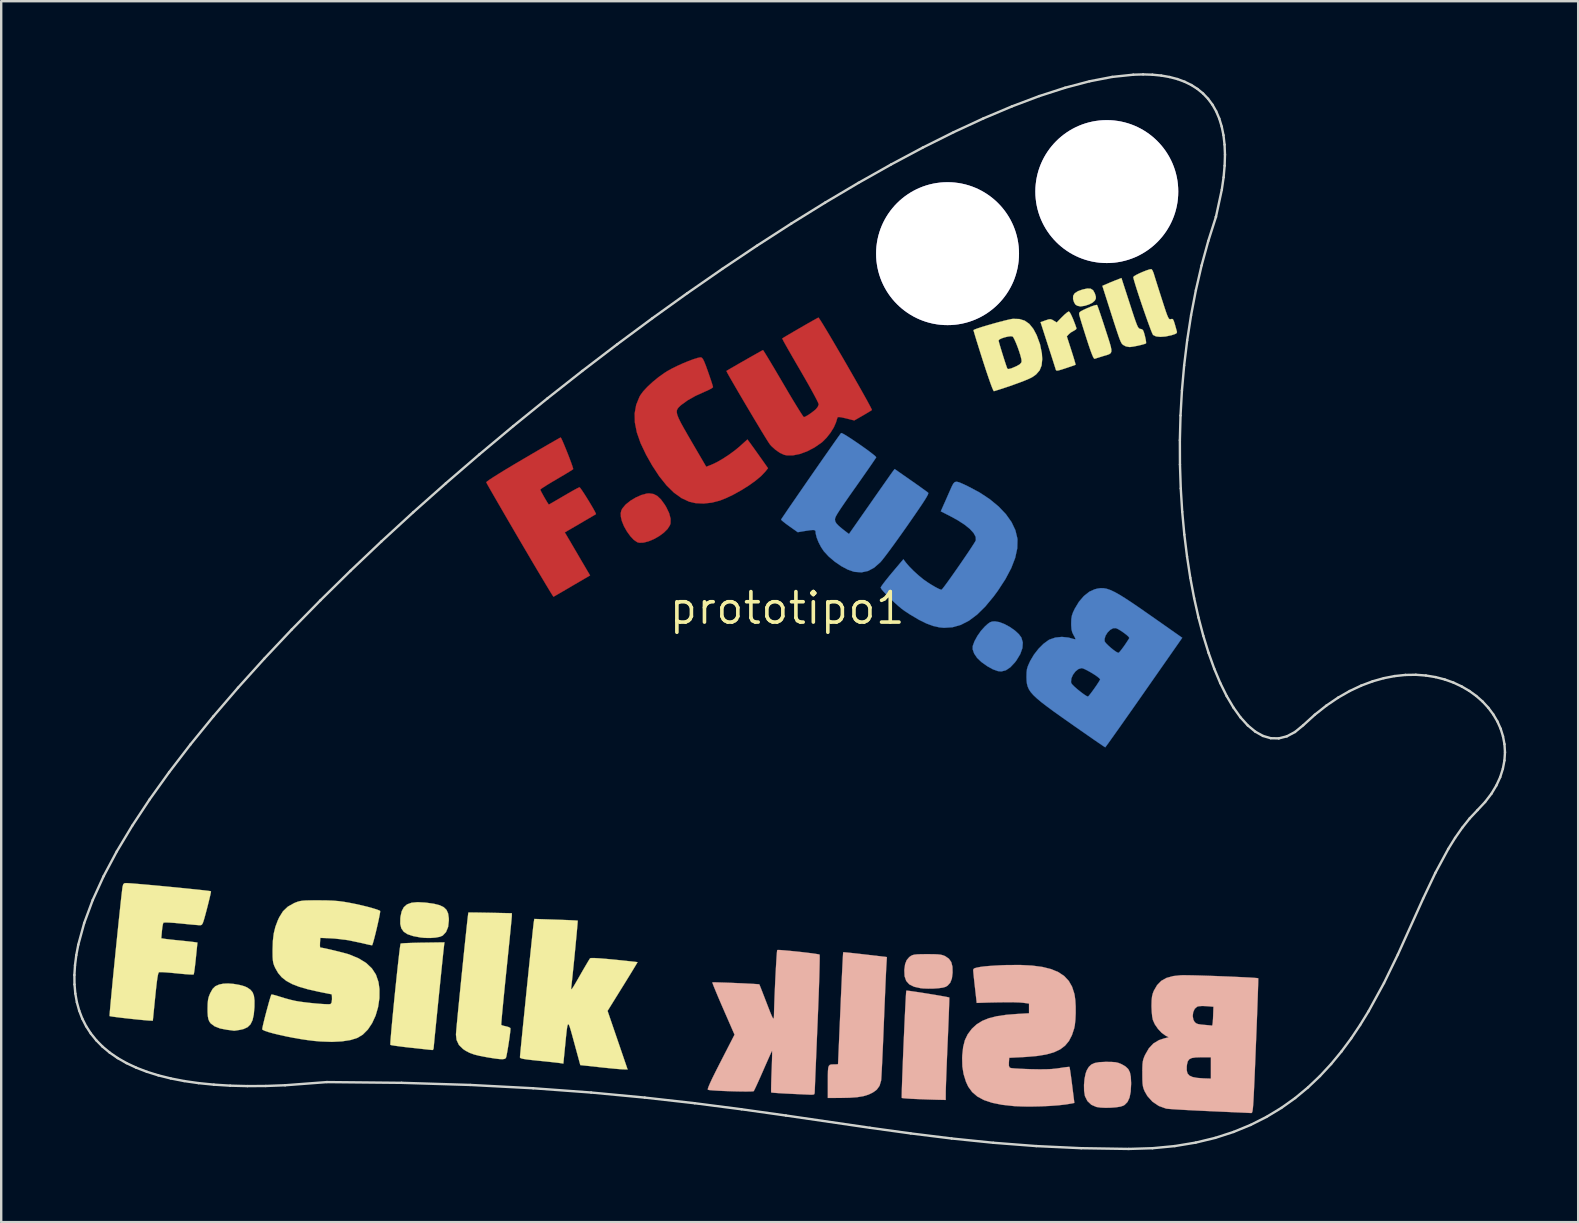
<source format=kicad_pcb>
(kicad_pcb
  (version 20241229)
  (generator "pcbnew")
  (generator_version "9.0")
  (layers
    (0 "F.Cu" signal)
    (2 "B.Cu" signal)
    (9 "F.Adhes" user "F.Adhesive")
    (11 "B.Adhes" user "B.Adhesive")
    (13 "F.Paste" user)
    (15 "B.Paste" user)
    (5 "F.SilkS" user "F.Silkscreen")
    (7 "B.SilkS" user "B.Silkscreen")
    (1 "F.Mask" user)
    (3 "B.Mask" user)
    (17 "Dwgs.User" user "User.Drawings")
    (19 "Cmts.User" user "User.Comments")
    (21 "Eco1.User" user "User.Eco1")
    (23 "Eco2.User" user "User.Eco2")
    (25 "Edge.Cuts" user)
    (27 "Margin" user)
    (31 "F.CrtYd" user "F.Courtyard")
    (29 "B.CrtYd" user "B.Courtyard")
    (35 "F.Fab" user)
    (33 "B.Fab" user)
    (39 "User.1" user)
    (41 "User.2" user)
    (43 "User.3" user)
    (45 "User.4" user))
  (footprint "prototipo1"
    (layer "F.Cu")
    (at 29.747 22.288)
    (property "Reference" "prototipo1" (at 0 0 0) (layer "F.SilkS") (effects (font (size 1.27 1.27) (thickness 0.15))))
    (attr through_hole)
    (fp_poly (pts (xy -5.575 -4.758) (xy -5.414 -4.677) (xy -5.26 -4.531) (xy -5.102 -4.313) (xy -5.04 -4.211) (xy -4.919 -3.96) (xy -4.858 -3.73) (xy -4.861 -3.533) (xy -4.883 -3.46) (xy -4.982 -3.302) (xy -5.139 -3.146) (xy -5.334 -3.002) (xy -5.551 -2.879) (xy -5.773 -2.786) (xy -5.983 -2.731) (xy -6.162 -2.725) (xy -6.245 -2.747) (xy -6.388 -2.843) (xy -6.537 -3.001) (xy -6.679 -3.199) (xy -6.802 -3.417) (xy -6.89 -3.635) (xy -6.929 -3.806) (xy -6.936 -3.959) (xy -6.909 -4.075) (xy -6.865 -4.158) (xy -6.731 -4.317) (xy -6.537 -4.473) (xy -6.31 -4.61) (xy -6.073 -4.715) (xy -5.851 -4.775) (xy -5.752 -4.783) (xy -5.575 -4.758)) (stroke (width 0.01) (type solid)) (fill yes) (layer "F.Cu"))
    (fp_poly (pts (xy -3.59 -10.448) (xy -3.55 -10.428) (xy -3.507 -10.373) (xy -3.457 -10.272) (xy -3.393 -10.113) (xy -3.311 -9.886) (xy -3.297 -9.846) (xy -3.224 -9.635) (xy -3.162 -9.451) (xy -3.117 -9.308) (xy -3.093 -9.224) (xy -3.09 -9.209) (xy -3.127 -9.173) (xy -3.225 -9.116) (xy -3.366 -9.049) (xy -3.439 -9.018) (xy -3.818 -8.846) (xy -4.146 -8.661) (xy -4.408 -8.472) (xy -4.455 -8.432) (xy -4.523 -8.365) (xy -4.572 -8.301) (xy -4.599 -8.231) (xy -4.6 -8.146) (xy -4.574 -8.037) (xy -4.517 -7.897) (xy -4.427 -7.716) (xy -4.3 -7.486) (xy -4.135 -7.198) (xy -3.983 -6.935) (xy -3.373 -5.891) (xy -3.158 -5.975) (xy -2.931 -6.081) (xy -2.67 -6.232) (xy -2.397 -6.412) (xy -2.136 -6.607) (xy -1.954 -6.761) (xy -1.657 -7.029) (xy -1.553 -6.891) (xy -1.49 -6.803) (xy -1.39 -6.665) (xy -1.268 -6.494) (xy -1.137 -6.309) (xy -1.124 -6.292) (xy -0.799 -5.831) (xy -0.922 -5.678) (xy -1.092 -5.5) (xy -1.326 -5.306) (xy -1.606 -5.106) (xy -1.916 -4.912) (xy -2.238 -4.733) (xy -2.555 -4.582) (xy -2.807 -4.482) (xy -3.141 -4.396) (xy -3.486 -4.359) (xy -3.815 -4.375) (xy -4.085 -4.437) (xy -4.404 -4.586) (xy -4.716 -4.81) (xy -5.023 -5.111) (xy -5.327 -5.49) (xy -5.629 -5.951) (xy -5.878 -6.392) (xy -6.108 -6.875) (xy -6.264 -7.321) (xy -6.346 -7.734) (xy -6.355 -8.116) (xy -6.291 -8.472) (xy -6.155 -8.805) (xy -6.119 -8.87) (xy -5.998 -9.035) (xy -5.82 -9.226) (xy -5.603 -9.427) (xy -5.362 -9.624) (xy -5.115 -9.8) (xy -4.99 -9.879) (xy -4.8 -9.984) (xy -4.582 -10.092) (xy -4.351 -10.197) (xy -4.123 -10.291) (xy -3.915 -10.369) (xy -3.743 -10.424) (xy -3.622 -10.448) (xy -3.59 -10.448)) (stroke (width 0.01) (type solid)) (fill yes) (layer "F.Cu"))
    (fp_poly (pts (xy -9.413 -7.075) (xy -9.365 -6.974) (xy -9.301 -6.826) (xy -9.227 -6.646) (xy -9.148 -6.45) (xy -9.072 -6.254) (xy -9.005 -6.075) (xy -8.953 -5.927) (xy -8.922 -5.827) (xy -8.917 -5.792) (xy -8.957 -5.763) (xy -9.059 -5.698) (xy -9.21 -5.606) (xy -9.4 -5.493) (xy -9.61 -5.369) (xy -9.824 -5.243) (xy -10.01 -5.13) (xy -10.157 -5.036) (xy -10.253 -4.971) (xy -10.287 -4.94) (xy -10.268 -4.891) (xy -10.217 -4.794) (xy -10.149 -4.67) (xy -10.073 -4.539) (xy -10.004 -4.423) (xy -9.952 -4.342) (xy -9.93 -4.318) (xy -9.891 -4.338) (xy -9.791 -4.395) (xy -9.643 -4.481) (xy -9.459 -4.588) (xy -9.308 -4.677) (xy -9.102 -4.797) (xy -8.921 -4.9) (xy -8.776 -4.979) (xy -8.682 -5.026) (xy -8.652 -5.037) (xy -8.619 -5.004) (xy -8.554 -4.913) (xy -8.465 -4.779) (xy -8.363 -4.619) (xy -8.256 -4.446) (xy -8.154 -4.275) (xy -8.066 -4.123) (xy -8.001 -4.003) (xy -7.968 -3.932) (xy -7.966 -3.918) (xy -8.005 -3.894) (xy -8.106 -3.835) (xy -8.255 -3.747) (xy -8.442 -3.638) (xy -8.623 -3.532) (xy -9.267 -3.157) (xy -9.189 -3.028) (xy -9.143 -2.949) (xy -9.062 -2.813) (xy -8.957 -2.633) (xy -8.835 -2.425) (xy -8.741 -2.265) (xy -8.614 -2.046) (xy -8.495 -1.844) (xy -8.395 -1.673) (xy -8.322 -1.549) (xy -8.291 -1.497) (xy -8.212 -1.364) (xy -8.962 -0.926) (xy -9.189 -0.793) (xy -9.391 -0.675) (xy -9.556 -0.579) (xy -9.674 -0.511) (xy -9.732 -0.478) (xy -9.736 -0.476) (xy -9.761 -0.509) (xy -9.825 -0.61) (xy -9.924 -0.772) (xy -10.055 -0.989) (xy -10.214 -1.255) (xy -10.398 -1.563) (xy -10.603 -1.908) (xy -10.824 -2.285) (xy -11.06 -2.685) (xy -11.142 -2.826) (xy -11.382 -3.236) (xy -11.609 -3.625) (xy -11.819 -3.987) (xy -12.009 -4.315) (xy -12.176 -4.604) (xy -12.316 -4.847) (xy -12.425 -5.037) (xy -12.499 -5.169) (xy -12.535 -5.237) (xy -12.538 -5.243) (xy -12.506 -5.279) (xy -12.403 -5.353) (xy -12.235 -5.463) (xy -12.006 -5.607) (xy -11.719 -5.783) (xy -11.379 -5.987) (xy -11.009 -6.205) (xy -10.68 -6.398) (xy -10.374 -6.577) (xy -10.098 -6.737) (xy -9.86 -6.875) (xy -9.668 -6.985) (xy -9.529 -7.064) (xy -9.451 -7.106) (xy -9.438 -7.112) (xy -9.413 -7.075)) (stroke (width 0.01) (type solid)) (fill yes) (layer "F.Cu"))
    (fp_poly (pts (xy 1.332 -12.071) (xy 1.399 -11.97) (xy 1.497 -11.813) (xy 1.621 -11.607) (xy 1.769 -11.36) (xy 1.933 -11.082) (xy 2.11 -10.779) (xy 2.296 -10.462) (xy 2.484 -10.137) (xy 2.67 -9.813) (xy 2.85 -9.499) (xy 3.019 -9.202) (xy 3.171 -8.931) (xy 3.303 -8.695) (xy 3.408 -8.501) (xy 3.484 -8.358) (xy 3.524 -8.275) (xy 3.529 -8.256) (xy 3.478 -8.221) (xy 3.372 -8.156) (xy 3.229 -8.071) (xy 3.144 -8.022) (xy 2.795 -7.821) (xy 2.453 -7.907) (xy 2.267 -7.949) (xy 2.153 -7.964) (xy 2.1 -7.952) (xy 2.096 -7.944) (xy 2.074 -7.874) (xy 2.04 -7.763) (xy 2.033 -7.739) (xy 1.945 -7.537) (xy 1.808 -7.315) (xy 1.641 -7.102) (xy 1.466 -6.926) (xy 1.434 -6.9) (xy 1.139 -6.696) (xy 0.831 -6.535) (xy 0.527 -6.424) (xy 0.239 -6.366) (xy -0.017 -6.366) (xy -0.13 -6.39) (xy -0.301 -6.469) (xy -0.487 -6.597) (xy -0.657 -6.751) (xy -0.719 -6.821) (xy -0.763 -6.886) (xy -0.843 -7.01) (xy -0.951 -7.185) (xy -1.083 -7.401) (xy -1.232 -7.65) (xy -1.395 -7.921) (xy -1.564 -8.206) (xy -1.736 -8.495) (xy -1.903 -8.779) (xy -2.062 -9.05) (xy -2.206 -9.298) (xy -2.331 -9.514) (xy -2.43 -9.688) (xy -2.498 -9.812) (xy -2.53 -9.876) (xy -2.531 -9.883) (xy -2.477 -9.916) (xy -2.367 -9.982) (xy -2.212 -10.071) (xy -2.027 -10.178) (xy -1.826 -10.293) (xy -1.621 -10.41) (xy -1.425 -10.521) (xy -1.253 -10.618) (xy -1.117 -10.694) (xy -1.031 -10.741) (xy -1.008 -10.753) (xy -0.982 -10.717) (xy -0.918 -10.617) (xy -0.821 -10.459) (xy -0.696 -10.251) (xy -0.548 -10.003) (xy -0.381 -9.72) (xy -0.2 -9.412) (xy -0.167 -9.356) (xy 0.016 -9.044) (xy 0.187 -8.756) (xy 0.342 -8.501) (xy 0.475 -8.285) (xy 0.581 -8.118) (xy 0.655 -8.007) (xy 0.693 -7.96) (xy 0.696 -7.959) (xy 0.763 -7.983) (xy 0.874 -8.047) (xy 1.003 -8.135) (xy 1.13 -8.233) (xy 1.196 -8.29) (xy 1.274 -8.388) (xy 1.312 -8.485) (xy 1.312 -8.497) (xy 1.291 -8.556) (xy 1.232 -8.678) (xy 1.139 -8.855) (xy 1.018 -9.078) (xy 0.873 -9.339) (xy 0.708 -9.627) (xy 0.545 -9.909) (xy 0.369 -10.211) (xy 0.208 -10.489) (xy 0.067 -10.735) (xy -0.05 -10.941) (xy -0.138 -11.099) (xy -0.191 -11.2) (xy -0.207 -11.235) (xy -0.159 -11.267) (xy -0.053 -11.331) (xy 0.098 -11.42) (xy 0.28 -11.527) (xy 0.48 -11.643) (xy 0.684 -11.761) (xy 0.879 -11.873) (xy 1.052 -11.971) (xy 1.19 -12.048) (xy 1.277 -12.095) (xy 1.303 -12.107) (xy 1.332 -12.071)) (stroke (width 0.01) (type solid)) (fill yes) (layer "F.Cu"))
    (fp_poly (pts (xy -17.973 8.387) (xy -17.802 8.496) (xy -17.728 8.571) (xy -17.643 8.709) (xy -17.563 8.904) (xy -17.499 9.128) (xy -17.458 9.354) (xy -17.454 9.4) (xy -17.452 9.625) (xy -17.495 9.802) (xy -17.593 9.943) (xy -17.753 10.059) (xy -17.986 10.162) (xy -18.098 10.201) (xy -18.321 10.261) (xy -18.547 10.299) (xy -18.746 10.312) (xy -18.87 10.301) (xy -19.011 10.231) (xy -19.142 10.09) (xy -19.257 9.893) (xy -19.348 9.654) (xy -19.406 9.387) (xy -19.42 9.262) (xy -19.422 9.031) (xy -19.382 8.85) (xy -19.29 8.707) (xy -19.138 8.59) (xy -18.916 8.489) (xy -18.735 8.428) (xy -18.431 8.355) (xy -18.18 8.341) (xy -17.973 8.387)) (stroke (width 0.01) (type solid)) (fill yes) (layer "F.Mask"))
    (fp_poly (pts (xy -2.294 1.276) (xy -2.244 1.292) (xy -2.243 1.295) (xy -2.239 1.353) (xy -2.227 1.475) (xy -2.21 1.642) (xy -2.189 1.833) (xy -2.168 2.029) (xy -2.148 2.21) (xy -2.138 2.291) (xy -2.115 2.487) (xy -2.465 2.517) (xy -3.083 2.599) (xy -3.652 2.736) (xy -3.773 2.775) (xy -4.097 2.883) (xy -4.055 3.02) (xy -4.013 3.158) (xy -3.583 3.058) (xy -3.024 2.968) (xy -2.709 2.952) (xy -2.5 2.952) (xy -2.35 2.959) (xy -2.232 2.979) (xy -2.12 3.015) (xy -2 3.067) (xy -1.718 3.239) (xy -1.494 3.47) (xy -1.331 3.76) (xy -1.228 4.107) (xy -1.187 4.507) (xy -1.186 4.569) (xy -1.219 4.888) (xy -1.321 5.165) (xy -1.496 5.404) (xy -1.746 5.61) (xy -2.004 5.755) (xy -2.355 5.903) (xy -2.763 6.044) (xy -3.202 6.169) (xy -3.646 6.272) (xy -4.066 6.345) (xy -4.276 6.369) (xy -4.471 6.387) (xy -4.677 6.406) (xy -4.791 6.416) (xy -5.032 6.438) (xy -5.056 6.257) (xy -5.069 6.153) (xy -5.086 5.998) (xy -5.105 5.813) (xy -5.124 5.619) (xy -5.142 5.436) (xy -5.156 5.286) (xy -5.164 5.189) (xy -5.165 5.166) (xy -5.125 5.152) (xy -5.018 5.136) (xy -4.86 5.12) (xy -4.688 5.109) (xy -4.447 5.089) (xy -4.19 5.058) (xy -3.957 5.021) (xy -3.852 5) (xy -3.683 4.958) (xy -3.492 4.905) (xy -3.297 4.847) (xy -3.116 4.789) (xy -2.97 4.739) (xy -2.876 4.701) (xy -2.853 4.687) (xy -2.854 4.64) (xy -2.878 4.549) (xy -2.881 4.541) (xy -2.926 4.412) (xy -3.11 4.468) (xy -3.357 4.53) (xy -3.646 4.583) (xy -3.947 4.623) (xy -4.229 4.646) (xy -4.463 4.649) (xy -4.48 4.648) (xy -4.821 4.596) (xy -5.109 4.481) (xy -5.35 4.301) (xy -5.545 4.052) (xy -5.697 3.732) (xy -5.78 3.468) (xy -5.823 3.224) (xy -5.833 2.969) (xy -5.81 2.732) (xy -5.757 2.54) (xy -5.742 2.51) (xy -5.586 2.291) (xy -5.353 2.083) (xy -5.05 1.889) (xy -4.685 1.714) (xy -4.264 1.56) (xy -3.795 1.433) (xy -3.643 1.4) (xy -3.45 1.365) (xy -3.232 1.334) (xy -3.003 1.308) (xy -2.78 1.288) (xy -2.577 1.275) (xy -2.409 1.271) (xy -2.294 1.276)) (stroke (width 0.01) (type solid)) (fill yes) (layer "F.Mask"))
    (fp_poly (pts (xy -20.968 5.221) (xy -20.952 5.336) (xy -20.933 5.501) (xy -20.912 5.697) (xy -20.89 5.908) (xy -20.871 6.117) (xy -20.854 6.306) (xy -20.843 6.459) (xy -20.838 6.558) (xy -20.84 6.588) (xy -20.886 6.605) (xy -21 6.641) (xy -21.17 6.691) (xy -21.382 6.752) (xy -21.611 6.816) (xy -21.85 6.882) (xy -22.06 6.942) (xy -22.227 6.991) (xy -22.338 7.026) (xy -22.381 7.042) (xy -22.378 7.086) (xy -22.357 7.189) (xy -22.325 7.325) (xy -22.288 7.472) (xy -22.25 7.606) (xy -22.22 7.704) (xy -22.203 7.739) (xy -22.161 7.733) (xy -22.05 7.707) (xy -21.884 7.665) (xy -21.677 7.611) (xy -21.482 7.558) (xy -21.249 7.496) (xy -21.045 7.446) (xy -20.884 7.411) (xy -20.778 7.394) (xy -20.744 7.396) (xy -20.717 7.455) (xy -20.678 7.574) (xy -20.631 7.737) (xy -20.581 7.926) (xy -20.532 8.122) (xy -20.488 8.309) (xy -20.454 8.468) (xy -20.434 8.583) (xy -20.433 8.634) (xy -20.434 8.635) (xy -20.484 8.655) (xy -20.602 8.693) (xy -20.774 8.744) (xy -20.984 8.804) (xy -21.156 8.851) (xy -21.383 8.914) (xy -21.578 8.97) (xy -21.729 9.016) (xy -21.821 9.047) (xy -21.843 9.059) (xy -21.832 9.104) (xy -21.802 9.219) (xy -21.755 9.393) (xy -21.694 9.614) (xy -21.624 9.87) (xy -21.573 10.054) (xy -21.498 10.327) (xy -21.432 10.571) (xy -21.378 10.776) (xy -21.338 10.929) (xy -21.317 11.02) (xy -21.314 11.04) (xy -21.355 11.053) (xy -21.463 11.085) (xy -21.623 11.131) (xy -21.821 11.187) (xy -22.041 11.249) (xy -22.27 11.312) (xy -22.492 11.374) (xy -22.692 11.429) (xy -22.856 11.473) (xy -22.969 11.503) (xy -23.017 11.515) (xy -23.017 11.515) (xy -23.03 11.504) (xy -23.041 11.463) (xy -23.072 11.346) (xy -23.123 11.162) (xy -23.19 10.916) (xy -23.273 10.616) (xy -23.369 10.269) (xy -23.476 9.88) (xy -23.593 9.458) (xy -23.717 9.008) (xy -23.767 8.826) (xy -23.894 8.368) (xy -24.013 7.933) (xy -24.122 7.529) (xy -24.22 7.163) (xy -24.304 6.842) (xy -24.374 6.573) (xy -24.428 6.362) (xy -24.462 6.216) (xy -24.477 6.142) (xy -24.476 6.134) (xy -24.431 6.118) (xy -24.314 6.082) (xy -24.137 6.031) (xy -23.91 5.966) (xy -23.643 5.89) (xy -23.345 5.807) (xy -23.029 5.719) (xy -22.702 5.629) (xy -22.377 5.54) (xy -22.063 5.455) (xy -21.769 5.375) (xy -21.508 5.305) (xy -21.287 5.247) (xy -21.119 5.204) (xy -21.013 5.178) (xy -20.979 5.172) (xy -20.968 5.221)) (stroke (width 0.01) (type solid)) (fill yes) (layer "F.Mask"))
    (fp_poly (pts (xy -7.43 2.705) (xy -7.109 2.804) (xy -6.844 2.966) (xy -6.633 3.193) (xy -6.537 3.352) (xy -6.506 3.431) (xy -6.457 3.577) (xy -6.394 3.778) (xy -6.319 4.025) (xy -6.235 4.307) (xy -6.146 4.612) (xy -6.055 4.931) (xy -5.964 5.252) (xy -5.877 5.564) (xy -5.797 5.858) (xy -5.726 6.121) (xy -5.668 6.344) (xy -5.626 6.516) (xy -5.603 6.626) (xy -5.6 6.661) (xy -5.644 6.69) (xy -5.753 6.733) (xy -5.906 6.783) (xy -6.022 6.817) (xy -6.43 6.93) (xy -6.737 6.751) (xy -7.045 6.573) (xy -7.156 6.749) (xy -7.35 6.988) (xy -7.602 7.203) (xy -7.899 7.388) (xy -8.224 7.537) (xy -8.561 7.643) (xy -8.893 7.701) (xy -9.206 7.705) (xy -9.484 7.648) (xy -9.488 7.646) (xy -9.746 7.524) (xy -9.955 7.353) (xy -10.124 7.125) (xy -10.261 6.827) (xy -10.293 6.737) (xy -10.372 6.405) (xy -10.387 6.078) (xy -10.338 5.776) (xy -10.336 5.771) (xy -8.661 5.771) (xy -8.65 5.903) (xy -8.607 6.09) (xy -8.568 6.23) (xy -8.551 6.266) (xy -8.513 6.278) (xy -8.436 6.266) (xy -8.299 6.23) (xy -8.283 6.225) (xy -8.118 6.173) (xy -7.966 6.116) (xy -7.88 6.078) (xy -7.758 5.989) (xy -7.7 5.873) (xy -7.699 5.713) (xy -7.726 5.588) (xy -7.762 5.461) (xy -7.792 5.372) (xy -7.805 5.347) (xy -7.856 5.346) (xy -7.963 5.368) (xy -8.104 5.409) (xy -8.256 5.459) (xy -8.396 5.513) (xy -8.473 5.549) (xy -8.574 5.61) (xy -8.636 5.679) (xy -8.661 5.771) (xy -10.336 5.771) (xy -10.289 5.641) (xy -10.132 5.383) (xy -9.897 5.139) (xy -9.59 4.913) (xy -9.217 4.71) (xy -8.784 4.534) (xy -8.53 4.452) (xy -8.341 4.395) (xy -8.22 4.353) (xy -8.151 4.318) (xy -8.122 4.282) (xy -8.118 4.235) (xy -8.12 4.206) (xy -8.141 4.106) (xy -8.167 4.051) (xy -8.231 4.039) (xy -8.359 4.057) (xy -8.537 4.1) (xy -8.751 4.162) (xy -8.989 4.241) (xy -9.235 4.33) (xy -9.478 4.425) (xy -9.702 4.522) (xy -9.895 4.616) (xy -9.996 4.673) (xy -10.234 4.817) (xy -10.493 4.256) (xy -10.585 4.054) (xy -10.663 3.878) (xy -10.72 3.742) (xy -10.75 3.661) (xy -10.753 3.648) (xy -10.716 3.608) (xy -10.613 3.543) (xy -10.459 3.46) (xy -10.267 3.364) (xy -10.05 3.263) (xy -9.822 3.162) (xy -9.595 3.068) (xy -9.385 2.988) (xy -9.268 2.947) (xy -8.725 2.791) (xy -8.238 2.698) (xy -7.806 2.67) (xy -7.43 2.705)) (stroke (width 0.01) (type solid)) (fill yes) (layer "F.Mask"))
    (fp_poly (pts (xy -0.123 -0.912) (xy -0.088 -0.797) (xy -0.036 -0.618) (xy 0.03 -0.387) (xy 0.107 -0.112) (xy 0.194 0.197) (xy 0.264 0.452) (xy 0.355 0.78) (xy 0.439 1.082) (xy 0.514 1.348) (xy 0.576 1.568) (xy 0.624 1.732) (xy 0.653 1.832) (xy 0.663 1.859) (xy 0.678 1.867) (xy 0.693 1.846) (xy 0.71 1.787) (xy 0.731 1.68) (xy 0.758 1.516) (xy 0.793 1.285) (xy 0.825 1.058) (xy 0.862 0.811) (xy 0.895 0.594) (xy 0.923 0.421) (xy 0.943 0.305) (xy 0.954 0.259) (xy 0.954 0.259) (xy 1 0.242) (xy 1.112 0.208) (xy 1.277 0.16) (xy 1.48 0.103) (xy 1.706 0.04) (xy 1.943 -0.024) (xy 2.175 -0.087) (xy 2.389 -0.143) (xy 2.569 -0.189) (xy 2.702 -0.222) (xy 2.774 -0.237) (xy 2.783 -0.237) (xy 2.78 -0.193) (xy 2.762 -0.076) (xy 2.733 0.101) (xy 2.693 0.33) (xy 2.644 0.598) (xy 2.589 0.895) (xy 2.586 0.911) (xy 2.521 1.261) (xy 2.472 1.537) (xy 2.438 1.747) (xy 2.417 1.901) (xy 2.409 2.008) (xy 2.411 2.076) (xy 2.424 2.114) (xy 2.425 2.115) (xy 2.465 2.166) (xy 2.552 2.272) (xy 2.679 2.424) (xy 2.838 2.613) (xy 3.022 2.831) (xy 3.222 3.068) (xy 3.239 3.087) (xy 3.437 3.322) (xy 3.617 3.536) (xy 3.772 3.721) (xy 3.893 3.868) (xy 3.975 3.968) (xy 4.01 4.013) (xy 4.011 4.014) (xy 3.975 4.033) (xy 3.868 4.07) (xy 3.703 4.122) (xy 3.49 4.185) (xy 3.241 4.255) (xy 3.108 4.292) (xy 2.805 4.374) (xy 2.574 4.434) (xy 2.404 4.474) (xy 2.285 4.497) (xy 2.207 4.503) (xy 2.161 4.496) (xy 2.14 4.482) (xy 2.099 4.432) (xy 2.016 4.324) (xy 1.899 4.172) (xy 1.758 3.985) (xy 1.6 3.775) (xy 1.571 3.736) (xy 1.413 3.528) (xy 1.271 3.345) (xy 1.153 3.197) (xy 1.067 3.096) (xy 1.021 3.05) (xy 1.017 3.048) (xy 1.006 3.084) (xy 1.018 3.177) (xy 1.037 3.249) (xy 1.149 3.639) (xy 1.243 3.979) (xy 1.318 4.264) (xy 1.373 4.487) (xy 1.406 4.644) (xy 1.415 4.728) (xy 1.411 4.74) (xy 1.363 4.759) (xy 1.248 4.796) (xy 1.082 4.846) (xy 0.881 4.905) (xy 0.659 4.969) (xy 0.433 5.033) (xy 0.216 5.093) (xy 0.026 5.144) (xy -0.123 5.183) (xy -0.216 5.204) (xy -0.237 5.207) (xy -0.254 5.167) (xy -0.292 5.052) (xy -0.348 4.869) (xy -0.421 4.624) (xy -0.509 4.324) (xy -0.609 3.975) (xy -0.72 3.584) (xy -0.84 3.158) (xy -0.967 2.704) (xy -1.044 2.424) (xy -1.173 1.955) (xy -1.295 1.51) (xy -1.408 1.097) (xy -1.511 0.721) (xy -1.6 0.39) (xy -1.675 0.109) (xy -1.734 -0.114) (xy -1.775 -0.272) (xy -1.796 -0.359) (xy -1.798 -0.375) (xy -1.752 -0.397) (xy -1.641 -0.44) (xy -1.481 -0.499) (xy -1.285 -0.57) (xy -1.068 -0.647) (xy -0.845 -0.725) (xy -0.63 -0.799) (xy -0.437 -0.864) (xy -0.281 -0.916) (xy -0.177 -0.948) (xy -0.138 -0.956) (xy -0.123 -0.912)) (stroke (width 0.01) (type solid)) (fill yes) (layer "F.Mask"))
    (fp_poly (pts (xy -12.142 2.745) (xy -12.121 2.791) (xy -12.077 2.908) (xy -12.011 3.089) (xy -11.928 3.325) (xy -11.828 3.608) (xy -11.716 3.931) (xy -11.594 4.284) (xy -11.465 4.66) (xy -11.332 5.051) (xy -11.196 5.448) (xy -11.062 5.843) (xy -10.932 6.229) (xy -10.808 6.598) (xy -10.693 6.94) (xy -10.591 7.248) (xy -10.503 7.514) (xy -10.433 7.73) (xy -10.384 7.887) (xy -10.358 7.978) (xy -10.354 7.998) (xy -10.404 8.019) (xy -10.52 8.057) (xy -10.687 8.107) (xy -10.891 8.165) (xy -11.117 8.228) (xy -11.35 8.291) (xy -11.576 8.35) (xy -11.779 8.401) (xy -11.947 8.442) (xy -12.063 8.466) (xy -12.113 8.472) (xy -12.114 8.471) (xy -12.133 8.426) (xy -12.174 8.31) (xy -12.234 8.133) (xy -12.309 7.906) (xy -12.396 7.638) (xy -12.492 7.34) (xy -12.531 7.218) (xy -12.629 6.91) (xy -12.722 6.627) (xy -12.804 6.38) (xy -12.872 6.18) (xy -12.924 6.035) (xy -12.956 5.958) (xy -12.962 5.948) (xy -12.974 5.976) (xy -12.983 6.087) (xy -12.989 6.279) (xy -12.992 6.551) (xy -12.992 6.899) (xy -12.989 7.321) (xy -12.975 8.737) (xy -13.166 8.793) (xy -13.287 8.828) (xy -13.464 8.877) (xy -13.668 8.933) (xy -13.809 8.971) (xy -14.261 9.093) (xy -14.946 7.891) (xy -15.112 7.602) (xy -15.266 7.337) (xy -15.402 7.106) (xy -15.515 6.918) (xy -15.601 6.781) (xy -15.653 6.703) (xy -15.667 6.689) (xy -15.689 6.719) (xy -15.684 6.742) (xy -15.668 6.8) (xy -15.637 6.928) (xy -15.592 7.113) (xy -15.538 7.341) (xy -15.477 7.6) (xy -15.412 7.877) (xy -15.347 8.159) (xy -15.284 8.433) (xy -15.226 8.685) (xy -15.176 8.904) (xy -15.137 9.076) (xy -15.113 9.188) (xy -15.106 9.223) (xy -15.105 9.257) (xy -15.118 9.287) (xy -15.156 9.316) (xy -15.228 9.348) (xy -15.345 9.389) (xy -15.515 9.44) (xy -15.75 9.508) (xy -15.981 9.572) (xy -16.277 9.655) (xy -16.502 9.718) (xy -16.665 9.763) (xy -16.775 9.792) (xy -16.843 9.809) (xy -16.879 9.814) (xy -16.893 9.81) (xy -16.893 9.801) (xy -16.891 9.787) (xy -16.891 9.786) (xy -16.9 9.74) (xy -16.924 9.618) (xy -16.964 9.427) (xy -17.016 9.174) (xy -17.081 8.866) (xy -17.155 8.51) (xy -17.239 8.113) (xy -17.33 7.683) (xy -17.427 7.225) (xy -17.464 7.05) (xy -17.562 6.585) (xy -17.655 6.146) (xy -17.741 5.738) (xy -17.818 5.369) (xy -17.885 5.045) (xy -17.94 4.774) (xy -17.983 4.563) (xy -18.012 4.418) (xy -18.024 4.347) (xy -18.025 4.34) (xy -17.977 4.323) (xy -17.861 4.289) (xy -17.69 4.241) (xy -17.477 4.182) (xy -17.235 4.116) (xy -16.977 4.047) (xy -16.715 3.977) (xy -16.462 3.911) (xy -16.233 3.851) (xy -16.038 3.802) (xy -15.892 3.766) (xy -15.808 3.747) (xy -15.792 3.745) (xy -15.766 3.785) (xy -15.704 3.89) (xy -15.61 4.052) (xy -15.491 4.261) (xy -15.35 4.511) (xy -15.193 4.79) (xy -15.069 5.013) (xy -14.903 5.309) (xy -14.749 5.58) (xy -14.612 5.818) (xy -14.498 6.013) (xy -14.41 6.158) (xy -14.355 6.244) (xy -14.337 6.264) (xy -14.329 6.224) (xy -14.325 6.11) (xy -14.323 5.931) (xy -14.324 5.7) (xy -14.327 5.426) (xy -14.334 5.119) (xy -14.337 5.027) (xy -14.346 4.699) (xy -14.354 4.387) (xy -14.361 4.105) (xy -14.366 3.866) (xy -14.37 3.683) (xy -14.372 3.569) (xy -14.372 3.558) (xy -14.372 3.328) (xy -13.271 3.022) (xy -12.98 2.942) (xy -12.715 2.872) (xy -12.488 2.815) (xy -12.31 2.773) (xy -12.191 2.748) (xy -12.142 2.744) (xy -12.142 2.745)) (stroke (width 0.01) (type solid)) (fill yes) (layer "F.Mask"))
    (fp_poly (pts (xy 8.84 0.581) (xy 9.054 0.663) (xy 9.276 0.784) (xy 9.483 0.928) (xy 9.652 1.083) (xy 9.757 1.226) (xy 9.816 1.43) (xy 9.8 1.662) (xy 9.71 1.914) (xy 9.548 2.18) (xy 9.49 2.257) (xy 9.297 2.463) (xy 9.111 2.588) (xy 8.924 2.636) (xy 8.784 2.624) (xy 8.572 2.549) (xy 8.329 2.414) (xy 8.089 2.242) (xy 7.912 2.073) (xy 7.789 1.891) (xy 7.727 1.714) (xy 7.73 1.579) (xy 7.802 1.38) (xy 7.924 1.157) (xy 8.076 0.941) (xy 8.237 0.763) (xy 8.361 0.651) (xy 8.453 0.587) (xy 8.539 0.558) (xy 8.645 0.55) (xy 8.656 0.55) (xy 8.84 0.581)) (stroke (width 0.01) (type solid)) (fill yes) (layer "B.Cu"))
    (fp_poly (pts (xy 7.172 -5.241) (xy 7.331 -5.172) (xy 7.529 -5.078) (xy 8.012 -4.822) (xy 8.44 -4.539) (xy 8.808 -4.236) (xy 9.112 -3.916) (xy 9.347 -3.585) (xy 9.507 -3.248) (xy 9.589 -2.911) (xy 9.594 -2.857) (xy 9.585 -2.491) (xy 9.499 -2.096) (xy 9.336 -1.672) (xy 9.096 -1.217) (xy 8.779 -0.73) (xy 8.6 -0.487) (xy 8.254 -0.069) (xy 7.913 0.266) (xy 7.574 0.521) (xy 7.232 0.697) (xy 6.886 0.795) (xy 6.533 0.818) (xy 6.343 0.8) (xy 6.081 0.742) (xy 5.796 0.636) (xy 5.478 0.478) (xy 5.118 0.264) (xy 4.895 0.118) (xy 4.77 0.026) (xy 4.62 -0.1) (xy 4.458 -0.246) (xy 4.295 -0.4) (xy 4.145 -0.55) (xy 4.02 -0.684) (xy 3.932 -0.789) (xy 3.895 -0.853) (xy 3.895 -0.858) (xy 3.921 -0.908) (xy 3.993 -1.01) (xy 4.103 -1.153) (xy 4.241 -1.325) (xy 4.367 -1.477) (xy 4.84 -2.038) (xy 4.946 -1.898) (xy 5.082 -1.739) (xy 5.263 -1.555) (xy 5.466 -1.371) (xy 5.665 -1.207) (xy 5.695 -1.185) (xy 5.852 -1.075) (xy 6.019 -0.969) (xy 6.178 -0.876) (xy 6.312 -0.807) (xy 6.404 -0.771) (xy 6.432 -0.769) (xy 6.469 -0.808) (xy 6.546 -0.906) (xy 6.655 -1.053) (xy 6.788 -1.238) (xy 6.939 -1.451) (xy 7.099 -1.68) (xy 7.261 -1.914) (xy 7.418 -2.144) (xy 7.562 -2.357) (xy 7.686 -2.544) (xy 7.782 -2.693) (xy 7.842 -2.793) (xy 7.86 -2.83) (xy 7.853 -2.971) (xy 7.768 -3.129) (xy 7.61 -3.302) (xy 7.383 -3.484) (xy 7.09 -3.672) (xy 6.787 -3.837) (xy 6.399 -4.035) (xy 6.504 -4.272) (xy 6.569 -4.418) (xy 6.654 -4.61) (xy 6.744 -4.815) (xy 6.783 -4.903) (xy 6.859 -5.074) (xy 6.92 -5.189) (xy 6.982 -5.253) (xy 7.061 -5.269) (xy 7.172 -5.241)) (stroke (width 0.01) (type solid)) (fill yes) (layer "B.Cu"))
    (fp_poly (pts (xy 2.29 -7.286) (xy 2.389 -7.233) (xy 2.53 -7.146) (xy 2.701 -7.035) (xy 2.891 -6.907) (xy 3.086 -6.772) (xy 3.275 -6.638) (xy 3.443 -6.514) (xy 3.58 -6.408) (xy 3.673 -6.33) (xy 3.709 -6.287) (xy 3.708 -6.284) (xy 3.68 -6.238) (xy 3.61 -6.134) (xy 3.504 -5.979) (xy 3.37 -5.785) (xy 3.214 -5.562) (xy 3.077 -5.366) (xy 2.817 -4.997) (xy 2.601 -4.691) (xy 2.427 -4.44) (xy 2.289 -4.239) (xy 2.183 -4.081) (xy 2.105 -3.959) (xy 2.051 -3.868) (xy 2.017 -3.8) (xy 1.998 -3.749) (xy 1.991 -3.709) (xy 1.99 -3.688) (xy 2.003 -3.611) (xy 2.05 -3.531) (xy 2.141 -3.435) (xy 2.287 -3.311) (xy 2.398 -3.224) (xy 2.574 -3.09) (xy 3.454 -4.349) (xy 3.658 -4.642) (xy 3.85 -4.916) (xy 4.023 -5.163) (xy 4.171 -5.373) (xy 4.288 -5.54) (xy 4.368 -5.653) (xy 4.405 -5.703) (xy 4.477 -5.797) (xy 5.149 -5.328) (xy 5.361 -5.18) (xy 5.551 -5.045) (xy 5.707 -4.933) (xy 5.819 -4.852) (xy 5.873 -4.81) (xy 5.874 -4.809) (xy 5.879 -4.782) (xy 5.86 -4.728) (xy 5.813 -4.639) (xy 5.735 -4.511) (xy 5.622 -4.337) (xy 5.471 -4.113) (xy 5.278 -3.832) (xy 5.04 -3.489) (xy 5.012 -3.448) (xy 4.796 -3.142) (xy 4.587 -2.849) (xy 4.391 -2.578) (xy 4.215 -2.339) (xy 4.066 -2.142) (xy 3.952 -1.996) (xy 3.879 -1.911) (xy 3.626 -1.689) (xy 3.369 -1.55) (xy 3.1 -1.492) (xy 2.814 -1.512) (xy 2.764 -1.523) (xy 2.517 -1.61) (xy 2.247 -1.755) (xy 1.977 -1.941) (xy 1.728 -2.153) (xy 1.528 -2.37) (xy 1.411 -2.545) (xy 1.307 -2.744) (xy 1.229 -2.941) (xy 1.188 -3.109) (xy 1.185 -3.155) (xy 1.179 -3.213) (xy 1.15 -3.246) (xy 1.084 -3.258) (xy 0.967 -3.249) (xy 0.785 -3.222) (xy 0.726 -3.213) (xy 0.44 -3.165) (xy 0.093 -3.41) (xy -0.053 -3.516) (xy -0.169 -3.607) (xy -0.24 -3.67) (xy -0.254 -3.69) (xy -0.231 -3.729) (xy -0.164 -3.829) (xy -0.06 -3.982) (xy 0.075 -4.182) (xy 0.238 -4.418) (xy 0.421 -4.684) (xy 0.62 -4.972) (xy 0.828 -5.274) (xy 1.041 -5.581) (xy 1.253 -5.886) (xy 1.458 -6.181) (xy 1.652 -6.458) (xy 1.827 -6.708) (xy 1.979 -6.925) (xy 2.103 -7.1) (xy 2.192 -7.224) (xy 2.242 -7.291) (xy 2.247 -7.297) (xy 2.29 -7.286)) (stroke (width 0.01) (type solid)) (fill yes) (layer "B.Cu"))
    (fp_poly (pts (xy 13.181 -0.832) (xy 13.313 -0.808) (xy 13.461 -0.757) (xy 13.632 -0.678) (xy 13.834 -0.566) (xy 14.074 -0.418) (xy 14.359 -0.231) (xy 14.697 -0.000102) (xy 15.094 0.277) (xy 15.159 0.322) (xy 16.459 1.234) (xy 14.865 3.516) (xy 14.592 3.907) (xy 14.332 4.277) (xy 14.091 4.62) (xy 13.873 4.93) (xy 13.68 5.202) (xy 13.518 5.43) (xy 13.391 5.608) (xy 13.302 5.73) (xy 13.256 5.791) (xy 13.25 5.797) (xy 13.212 5.773) (xy 13.112 5.707) (xy 12.958 5.602) (xy 12.758 5.464) (xy 12.519 5.298) (xy 12.249 5.11) (xy 11.955 4.905) (xy 11.896 4.863) (xy 11.48 4.571) (xy 11.128 4.321) (xy 10.836 4.106) (xy 10.597 3.923) (xy 10.407 3.764) (xy 10.259 3.625) (xy 10.149 3.5) (xy 10.071 3.382) (xy 10.02 3.267) (xy 9.989 3.148) (xy 9.981 3.076) (xy 11.825 3.076) (xy 11.836 3.124) (xy 11.882 3.186) (xy 11.976 3.279) (xy 12.102 3.388) (xy 12.239 3.498) (xy 12.369 3.594) (xy 12.473 3.661) (xy 12.53 3.683) (xy 12.566 3.651) (xy 12.637 3.563) (xy 12.732 3.436) (xy 12.799 3.343) (xy 12.901 3.195) (xy 12.982 3.071) (xy 13.03 2.99) (xy 13.039 2.968) (xy 13.004 2.92) (xy 12.912 2.846) (xy 12.783 2.758) (xy 12.636 2.668) (xy 12.489 2.587) (xy 12.363 2.526) (xy 12.275 2.498) (xy 12.266 2.498) (xy 12.135 2.536) (xy 12.009 2.636) (xy 11.906 2.774) (xy 11.839 2.928) (xy 11.825 3.076) (xy 9.981 3.076) (xy 9.975 3.021) (xy 9.97 2.878) (xy 9.97 2.855) (xy 9.974 2.675) (xy 9.99 2.538) (xy 10.029 2.41) (xy 10.098 2.256) (xy 10.128 2.193) (xy 10.281 1.935) (xy 10.471 1.692) (xy 10.679 1.484) (xy 10.888 1.331) (xy 10.93 1.308) (xy 11.171 1.225) (xy 11.444 1.197) (xy 11.714 1.224) (xy 11.788 1.244) (xy 11.909 1.278) (xy 11.991 1.296) (xy 12.012 1.295) (xy 12.01 1.289) (xy 13.221 1.289) (xy 13.226 1.38) (xy 13.269 1.446) (xy 13.36 1.54) (xy 13.478 1.646) (xy 13.603 1.747) (xy 13.715 1.824) (xy 13.793 1.862) (xy 13.802 1.863) (xy 13.841 1.83) (xy 13.913 1.744) (xy 14.005 1.621) (xy 14.035 1.579) (xy 14.13 1.44) (xy 14.205 1.325) (xy 14.249 1.253) (xy 14.253 1.244) (xy 14.23 1.199) (xy 14.153 1.126) (xy 14.041 1.038) (xy 13.915 0.95) (xy 13.794 0.877) (xy 13.697 0.832) (xy 13.695 0.832) (xy 13.579 0.836) (xy 13.458 0.903) (xy 13.347 1.013) (xy 13.263 1.148) (xy 13.221 1.289) (xy 12.01 1.289) (xy 12.001 1.254) (xy 11.957 1.166) (xy 11.929 1.117) (xy 11.875 1.005) (xy 11.845 0.881) (xy 11.833 0.717) (xy 11.832 0.635) (xy 11.838 0.454) (xy 11.86 0.314) (xy 11.908 0.175) (xy 11.981 0.022) (xy 12.155 -0.267) (xy 12.361 -0.506) (xy 12.585 -0.684) (xy 12.807 -0.785) (xy 12.935 -0.818) (xy 13.057 -0.834) (xy 13.181 -0.832)) (stroke (width 0.01) (type solid)) (fill yes) (layer "B.Cu"))
    (fp_poly (pts (xy 18.62 12.376) (xy 18.856 12.412) (xy 19.053 12.465) (xy 19.121 12.493) (xy 19.265 12.577) (xy 19.365 12.675) (xy 19.427 12.801) (xy 19.459 12.971) (xy 19.466 13.202) (xy 19.462 13.335) (xy 19.438 13.639) (xy 19.388 13.871) (xy 19.31 14.042) (xy 19.198 14.163) (xy 19.124 14.209) (xy 18.981 14.256) (xy 18.781 14.285) (xy 18.552 14.294) (xy 18.32 14.284) (xy 18.114 14.253) (xy 17.878 14.182) (xy 17.709 14.084) (xy 17.597 13.947) (xy 17.534 13.758) (xy 17.511 13.505) (xy 17.51 13.42) (xy 17.532 13.079) (xy 17.592 12.809) (xy 17.694 12.607) (xy 17.838 12.468) (xy 17.978 12.401) (xy 18.151 12.369) (xy 18.375 12.361) (xy 18.62 12.376)) (stroke (width 0.01) (type solid)) (fill yes) (layer "B.Mask"))
    (fp_poly (pts (xy 2.871 8.401) (xy 3.335 8.455) (xy 3.753 8.542) (xy 4.116 8.661) (xy 4.415 8.808) (xy 4.592 8.937) (xy 4.69 9.048) (xy 4.787 9.196) (xy 4.831 9.281) (xy 4.88 9.402) (xy 4.909 9.519) (xy 4.924 9.659) (xy 4.928 9.848) (xy 4.928 9.927) (xy 4.899 10.317) (xy 4.82 10.642) (xy 4.686 10.908) (xy 4.494 11.122) (xy 4.239 11.289) (xy 3.972 11.397) (xy 3.852 11.432) (xy 3.726 11.457) (xy 3.577 11.473) (xy 3.386 11.483) (xy 3.136 11.488) (xy 3.016 11.489) (xy 2.329 11.493) (xy 2.328 11.626) (xy 2.328 11.758) (xy 2.702 11.805) (xy 3.046 11.837) (xy 3.417 11.85) (xy 3.787 11.844) (xy 4.125 11.819) (xy 4.339 11.789) (xy 4.496 11.761) (xy 4.616 11.739) (xy 4.678 11.728) (xy 4.683 11.727) (xy 4.688 11.767) (xy 4.698 11.875) (xy 4.713 12.039) (xy 4.731 12.242) (xy 4.739 12.33) (xy 4.758 12.551) (xy 4.777 12.747) (xy 4.794 12.898) (xy 4.806 12.987) (xy 4.809 13.001) (xy 4.805 13.036) (xy 4.761 13.062) (xy 4.663 13.086) (xy 4.497 13.11) (xy 4.456 13.116) (xy 3.775 13.174) (xy 3.097 13.181) (xy 2.758 13.163) (xy 2.381 13.127) (xy 2.032 13.077) (xy 1.726 13.018) (xy 1.478 12.952) (xy 1.355 12.907) (xy 1.155 12.788) (xy 0.957 12.618) (xy 0.789 12.425) (xy 0.711 12.3) (xy 0.653 12.133) (xy 0.615 11.909) (xy 0.598 11.655) (xy 0.604 11.395) (xy 0.632 11.167) (xy 0.734 10.839) (xy 0.901 10.565) (xy 1.132 10.346) (xy 1.425 10.184) (xy 1.497 10.157) (xy 1.614 10.12) (xy 1.738 10.093) (xy 1.888 10.073) (xy 2.08 10.059) (xy 2.332 10.048) (xy 2.466 10.044) (xy 3.175 10.023) (xy 3.175 9.743) (xy 2.889 9.71) (xy 2.568 9.685) (xy 2.201 9.676) (xy 1.825 9.684) (xy 1.5 9.707) (xy 1.159 9.741) (xy 1.109 9.158) (xy 1.093 8.944) (xy 1.084 8.761) (xy 1.083 8.624) (xy 1.089 8.55) (xy 1.092 8.543) (xy 1.156 8.516) (xy 1.287 8.487) (xy 1.466 8.458) (xy 1.677 8.431) (xy 1.902 8.408) (xy 2.123 8.391) (xy 2.322 8.383) (xy 2.372 8.382) (xy 2.871 8.401)) (stroke (width 0.01) (type solid)) (fill yes) (layer "B.Mask"))
    (fp_poly (pts (xy 8.005 8.806) (xy 8.44 8.856) (xy 8.874 8.93) (xy 9.293 9.027) (xy 9.493 9.085) (xy 9.679 9.149) (xy 9.805 9.206) (xy 9.862 9.25) (xy 9.864 9.258) (xy 9.854 9.324) (xy 9.827 9.45) (xy 9.788 9.617) (xy 9.743 9.806) (xy 9.694 9.997) (xy 9.648 10.174) (xy 9.608 10.315) (xy 9.58 10.404) (xy 9.571 10.423) (xy 9.521 10.426) (xy 9.412 10.405) (xy 9.266 10.365) (xy 9.228 10.354) (xy 8.881 10.261) (xy 8.488 10.186) (xy 8.085 10.132) (xy 7.747 10.109) (xy 7.387 10.097) (xy 7.375 10.247) (xy 7.362 10.398) (xy 7.84 10.448) (xy 8.335 10.517) (xy 8.756 10.616) (xy 9.11 10.747) (xy 9.406 10.914) (xy 9.65 11.121) (xy 9.849 11.37) (xy 9.855 11.38) (xy 9.924 11.487) (xy 9.969 11.574) (xy 9.995 11.661) (xy 10.007 11.772) (xy 10.011 11.928) (xy 10.012 12.086) (xy 10.001 12.405) (xy 9.964 12.661) (xy 9.895 12.871) (xy 9.79 13.056) (xy 9.694 13.178) (xy 9.535 13.331) (xy 9.361 13.442) (xy 9.154 13.515) (xy 8.897 13.558) (xy 8.594 13.576) (xy 8.335 13.577) (xy 8.136 13.567) (xy 7.972 13.542) (xy 7.853 13.511) (xy 7.479 13.369) (xy 7.153 13.183) (xy 6.959 13.03) (xy 6.772 12.858) (xy 6.519 13.077) (xy 6.267 13.297) (xy 5.8 13.268) (xy 5.334 13.238) (xy 5.336 13.128) (xy 5.341 13.048) (xy 5.351 12.902) (xy 5.367 12.707) (xy 5.386 12.48) (xy 5.397 12.361) (xy 5.42 12.092) (xy 5.448 11.769) (xy 5.454 11.707) (xy 7.281 11.707) (xy 7.289 11.882) (xy 7.321 12.006) (xy 7.391 12.09) (xy 7.511 12.146) (xy 7.693 12.185) (xy 7.853 12.206) (xy 8.014 12.223) (xy 8.111 12.223) (xy 8.163 12.204) (xy 8.187 12.167) (xy 8.206 12.064) (xy 8.212 11.921) (xy 8.203 11.782) (xy 8.186 11.707) (xy 8.115 11.625) (xy 7.976 11.551) (xy 7.789 11.494) (xy 7.571 11.459) (xy 7.567 11.459) (xy 7.281 11.433) (xy 7.281 11.707) (xy 5.454 11.707) (xy 5.478 11.423) (xy 5.506 11.085) (xy 5.524 10.88) (xy 5.554 10.522) (xy 5.583 10.236) (xy 5.61 10.012) (xy 5.64 9.837) (xy 5.673 9.699) (xy 5.713 9.587) (xy 5.762 9.489) (xy 5.8 9.426) (xy 5.99 9.198) (xy 6.245 9.018) (xy 6.568 8.882) (xy 6.58 8.878) (xy 6.858 8.818) (xy 7.198 8.786) (xy 7.586 8.783) (xy 8.005 8.806)) (stroke (width 0.01) (type solid)) (fill yes) (layer "B.Mask"))
    (fp_poly (pts (xy -1.269 6.76) (xy -1.075 6.78) (xy -0.802 6.817) (xy -0.572 6.851) (xy -0.316 6.892) (xy -0.089 6.93) (xy 0.095 6.962) (xy 0.225 6.988) (xy 0.285 7.003) (xy 0.288 7.005) (xy 0.29 7.051) (xy 0.285 7.173) (xy 0.275 7.363) (xy 0.26 7.613) (xy 0.241 7.915) (xy 0.217 8.26) (xy 0.19 8.641) (xy 0.159 9.049) (xy 0.154 9.113) (xy 0.122 9.536) (xy 0.092 9.943) (xy 0.064 10.323) (xy 0.038 10.667) (xy 0.017 10.965) (xy -0.000415 11.209) (xy -0.013 11.387) (xy -0.019 11.491) (xy -0.019 11.493) (xy -0.028 11.662) (xy -0.041 11.882) (xy -0.055 12.122) (xy -0.065 12.287) (xy -0.096 12.785) (xy -0.376 12.779) (xy -0.523 12.773) (xy -0.729 12.762) (xy -0.97 12.745) (xy -1.221 12.726) (xy -1.282 12.721) (xy -1.502 12.702) (xy -1.691 12.684) (xy -1.832 12.668) (xy -1.912 12.656) (xy -1.923 12.653) (xy -1.924 12.608) (xy -1.919 12.493) (xy -1.907 12.323) (xy -1.89 12.113) (xy -1.87 11.879) (xy -1.847 11.633) (xy -1.824 11.392) (xy -1.8 11.171) (xy -1.797 11.141) (xy -1.785 10.981) (xy -1.795 10.894) (xy -1.81 10.88) (xy -1.844 10.916) (xy -1.901 11.015) (xy -1.973 11.159) (xy -2.033 11.292) (xy -2.131 11.513) (xy -2.247 11.771) (xy -2.364 12.028) (xy -2.427 12.165) (xy -2.641 12.624) (xy -2.834 12.601) (xy -2.941 12.59) (xy -3.113 12.575) (xy -3.333 12.558) (xy -3.581 12.54) (xy -3.768 12.527) (xy -4.012 12.509) (xy -4.228 12.491) (xy -4.401 12.474) (xy -4.517 12.459) (xy -4.558 12.45) (xy -4.562 12.402) (xy -4.516 12.287) (xy -4.421 12.103) (xy -4.339 11.959) (xy -4.134 11.604) (xy -3.966 11.313) (xy -3.831 11.078) (xy -3.722 10.888) (xy -3.635 10.735) (xy -3.565 10.61) (xy -3.506 10.504) (xy -3.468 10.435) (xy -3.33 10.181) (xy -3.757 9.101) (xy -3.883 8.781) (xy -3.98 8.53) (xy -4.051 8.341) (xy -4.098 8.204) (xy -4.125 8.111) (xy -4.133 8.053) (xy -4.126 8.023) (xy -4.106 8.01) (xy -4.099 8.008) (xy -4.027 8.006) (xy -3.891 8.012) (xy -3.705 8.023) (xy -3.486 8.039) (xy -3.247 8.057) (xy -3.005 8.078) (xy -2.775 8.1) (xy -2.572 8.12) (xy -2.411 8.139) (xy -2.308 8.154) (xy -2.278 8.163) (xy -2.255 8.21) (xy -2.21 8.325) (xy -2.149 8.492) (xy -2.075 8.699) (xy -2.009 8.89) (xy -1.929 9.12) (xy -1.856 9.323) (xy -1.796 9.484) (xy -1.753 9.59) (xy -1.734 9.626) (xy -1.717 9.637) (xy -1.702 9.628) (xy -1.688 9.59) (xy -1.675 9.516) (xy -1.66 9.4) (xy -1.643 9.232) (xy -1.624 9.007) (xy -1.602 8.716) (xy -1.575 8.351) (xy -1.559 8.137) (xy -1.535 7.81) (xy -1.511 7.509) (xy -1.489 7.245) (xy -1.469 7.03) (xy -1.452 6.872) (xy -1.44 6.783) (xy -1.436 6.768) (xy -1.389 6.756) (xy -1.269 6.76)) (stroke (width 0.01) (type solid)) (fill yes) (layer "B.Mask"))
    (fp_poly (pts (xy 21.851 8.905) (xy 22.072 8.915) (xy 22.338 8.929) (xy 22.637 8.947) (xy 22.957 8.967) (xy 23.287 8.988) (xy 23.615 9.011) (xy 23.928 9.033) (xy 24.216 9.055) (xy 24.466 9.076) (xy 24.667 9.094) (xy 24.806 9.109) (xy 24.873 9.12) (xy 24.886 9.164) (xy 24.89 9.284) (xy 24.883 9.482) (xy 24.867 9.761) (xy 24.843 10.081) (xy 24.82 10.392) (xy 24.797 10.709) (xy 24.777 11.009) (xy 24.76 11.272) (xy 24.748 11.475) (xy 24.746 11.505) (xy 24.736 11.671) (xy 24.721 11.905) (xy 24.701 12.193) (xy 24.677 12.519) (xy 24.651 12.866) (xy 24.623 13.221) (xy 24.617 13.304) (xy 24.591 13.63) (xy 24.567 13.929) (xy 24.547 14.19) (xy 24.53 14.404) (xy 24.518 14.558) (xy 24.512 14.644) (xy 24.511 14.658) (xy 24.494 14.672) (xy 24.439 14.681) (xy 24.341 14.683) (xy 24.194 14.68) (xy 23.991 14.67) (xy 23.728 14.653) (xy 23.398 14.63) (xy 22.995 14.599) (xy 22.514 14.56) (xy 22.5 14.559) (xy 22.061 14.521) (xy 21.676 14.486) (xy 21.352 14.452) (xy 21.095 14.421) (xy 20.911 14.393) (xy 20.807 14.37) (xy 20.511 14.239) (xy 20.278 14.056) (xy 20.106 13.818) (xy 19.996 13.522) (xy 19.944 13.168) (xy 19.94 13.005) (xy 19.957 12.755) (xy 21.813 12.755) (xy 21.828 12.921) (xy 21.884 13.051) (xy 21.903 13.074) (xy 21.997 13.123) (xy 22.163 13.163) (xy 22.389 13.19) (xy 22.593 13.202) (xy 22.706 13.201) (xy 22.762 13.176) (xy 22.786 13.11) (xy 22.792 13.07) (xy 22.807 12.955) (xy 22.823 12.793) (xy 22.835 12.65) (xy 22.845 12.5) (xy 22.842 12.413) (xy 22.82 12.37) (xy 22.772 12.35) (xy 22.742 12.344) (xy 22.619 12.327) (xy 22.461 12.316) (xy 22.292 12.312) (xy 22.138 12.314) (xy 22.024 12.323) (xy 21.98 12.335) (xy 21.891 12.434) (xy 21.835 12.583) (xy 21.813 12.755) (xy 19.957 12.755) (xy 19.968 12.6) (xy 20.051 12.254) (xy 20.188 11.97) (xy 20.377 11.749) (xy 20.617 11.593) (xy 20.875 11.51) (xy 21.006 11.48) (xy 21.096 11.452) (xy 21.122 11.435) (xy 21.088 11.399) (xy 21.003 11.335) (xy 20.924 11.282) (xy 20.719 11.098) (xy 20.599 10.922) (xy 20.542 10.816) (xy 20.505 10.726) (xy 20.483 10.629) (xy 20.475 10.541) (xy 22.127 10.541) (xy 22.135 10.711) (xy 22.184 10.852) (xy 22.21 10.886) (xy 22.27 10.937) (xy 22.351 10.97) (xy 22.472 10.989) (xy 22.654 10.999) (xy 22.718 11.001) (xy 22.978 11.007) (xy 23.008 10.623) (xy 23.019 10.452) (xy 23.024 10.315) (xy 23.02 10.232) (xy 23.016 10.217) (xy 22.966 10.204) (xy 22.853 10.189) (xy 22.7 10.175) (xy 22.658 10.172) (xy 22.488 10.162) (xy 22.379 10.164) (xy 22.31 10.183) (xy 22.257 10.221) (xy 22.232 10.247) (xy 22.16 10.375) (xy 22.127 10.541) (xy 20.475 10.541) (xy 20.472 10.503) (xy 20.468 10.327) (xy 20.468 10.202) (xy 20.471 9.974) (xy 20.48 9.809) (xy 20.5 9.686) (xy 20.532 9.583) (xy 20.557 9.525) (xy 20.712 9.278) (xy 20.916 9.094) (xy 21.175 8.972) (xy 21.493 8.907) (xy 21.59 8.9) (xy 21.686 8.899) (xy 21.851 8.905)) (stroke (width 0.01) (type solid)) (fill yes) (layer "B.Mask"))
    (fp_poly (pts (xy 11.221 8.066) (xy 11.403 8.075) (xy 11.634 8.089) (xy 11.903 8.108) (xy 12.15 8.127) (xy 12.445 8.151) (xy 12.715 8.171) (xy 12.948 8.189) (xy 13.13 8.202) (xy 13.25 8.211) (xy 13.293 8.213) (xy 13.314 8.222) (xy 13.336 8.257) (xy 13.359 8.324) (xy 13.386 8.432) (xy 13.418 8.589) (xy 13.457 8.803) (xy 13.504 9.082) (xy 13.562 9.433) (xy 13.586 9.578) (xy 13.651 9.982) (xy 13.705 10.31) (xy 13.748 10.569) (xy 13.782 10.768) (xy 13.808 10.914) (xy 13.829 11.014) (xy 13.845 11.076) (xy 13.858 11.108) (xy 13.869 11.117) (xy 13.881 11.11) (xy 13.886 11.105) (xy 13.907 11.058) (xy 13.95 10.94) (xy 14.013 10.76) (xy 14.091 10.529) (xy 14.183 10.257) (xy 14.284 9.952) (xy 14.354 9.737) (xy 14.46 9.416) (xy 14.558 9.121) (xy 14.645 8.861) (xy 14.718 8.647) (xy 14.774 8.487) (xy 14.809 8.391) (xy 14.82 8.368) (xy 14.868 8.362) (xy 14.99 8.362) (xy 15.172 8.369) (xy 15.405 8.382) (xy 15.676 8.4) (xy 15.945 8.421) (xy 16.243 8.445) (xy 16.513 8.466) (xy 16.745 8.484) (xy 16.926 8.498) (xy 17.045 8.506) (xy 17.09 8.509) (xy 17.101 8.532) (xy 17.11 8.605) (xy 17.117 8.732) (xy 17.122 8.917) (xy 17.125 9.166) (xy 17.126 9.482) (xy 17.125 9.87) (xy 17.122 10.336) (xy 17.119 10.721) (xy 17.115 11.17) (xy 17.11 11.612) (xy 17.105 12.037) (xy 17.099 12.434) (xy 17.093 12.791) (xy 17.088 13.098) (xy 17.082 13.344) (xy 17.077 13.518) (xy 17.076 13.536) (xy 17.066 13.773) (xy 17.056 13.938) (xy 17.045 14.043) (xy 17.029 14.103) (xy 17.006 14.129) (xy 16.974 14.134) (xy 16.961 14.133) (xy 16.892 14.128) (xy 16.753 14.117) (xy 16.559 14.102) (xy 16.324 14.083) (xy 16.064 14.061) (xy 16.037 14.059) (xy 15.781 14.037) (xy 15.554 14.016) (xy 15.371 13.997) (xy 15.244 13.982) (xy 15.186 13.971) (xy 15.184 13.97) (xy 15.18 13.924) (xy 15.18 13.805) (xy 15.183 13.626) (xy 15.188 13.398) (xy 15.196 13.135) (xy 15.206 12.848) (xy 15.217 12.549) (xy 15.23 12.251) (xy 15.243 11.965) (xy 15.257 11.704) (xy 15.259 11.671) (xy 15.267 11.478) (xy 15.264 11.346) (xy 15.252 11.282) (xy 15.244 11.28) (xy 15.209 11.335) (xy 15.179 11.435) (xy 15.178 11.441) (xy 15.158 11.515) (xy 15.116 11.653) (xy 15.055 11.843) (xy 14.981 12.073) (xy 14.896 12.329) (xy 14.806 12.601) (xy 14.714 12.875) (xy 14.624 13.14) (xy 14.541 13.383) (xy 14.468 13.593) (xy 14.41 13.756) (xy 14.37 13.861) (xy 14.355 13.894) (xy 14.306 13.902) (xy 14.19 13.902) (xy 14.025 13.897) (xy 13.83 13.887) (xy 13.62 13.873) (xy 13.415 13.858) (xy 13.231 13.841) (xy 13.087 13.824) (xy 13.001 13.808) (xy 12.985 13.802) (xy 12.969 13.754) (xy 12.942 13.635) (xy 12.907 13.458) (xy 12.864 13.235) (xy 12.818 12.979) (xy 12.769 12.702) (xy 12.72 12.418) (xy 12.673 12.138) (xy 12.631 11.876) (xy 12.595 11.644) (xy 12.568 11.455) (xy 12.553 11.335) (xy 12.53 11.168) (xy 12.502 11.075) (xy 12.474 11.06) (xy 12.447 11.124) (xy 12.431 11.229) (xy 12.421 11.318) (xy 12.403 11.479) (xy 12.379 11.697) (xy 12.35 11.961) (xy 12.317 12.256) (xy 12.282 12.567) (xy 12.248 12.871) (xy 12.217 13.145) (xy 12.189 13.381) (xy 12.165 13.565) (xy 12.149 13.689) (xy 12.14 13.74) (xy 12.139 13.741) (xy 12.093 13.743) (xy 11.977 13.74) (xy 11.807 13.73) (xy 11.598 13.716) (xy 11.364 13.699) (xy 11.12 13.679) (xy 10.882 13.659) (xy 10.664 13.64) (xy 10.481 13.621) (xy 10.349 13.606) (xy 10.282 13.594) (xy 10.277 13.592) (xy 10.274 13.544) (xy 10.283 13.425) (xy 10.302 13.244) (xy 10.33 13.016) (xy 10.365 12.75) (xy 10.397 12.529) (xy 10.439 12.242) (xy 10.49 11.888) (xy 10.547 11.486) (xy 10.609 11.053) (xy 10.673 10.607) (xy 10.736 10.165) (xy 10.788 9.793) (xy 10.841 9.423) (xy 10.891 9.08) (xy 10.937 8.772) (xy 10.977 8.509) (xy 11.011 8.299) (xy 11.036 8.151) (xy 11.051 8.075) (xy 11.054 8.067) (xy 11.101 8.063) (xy 11.221 8.066)) (stroke (width 0.01) (type solid)) (fill yes) (layer "B.Mask"))
    (fp_poly (pts (xy 12.645 -13.31) (xy 12.745 -13.246) (xy 12.815 -13.12) (xy 12.824 -13.095) (xy 12.859 -12.978) (xy 12.859 -12.9) (xy 12.823 -12.825) (xy 12.816 -12.815) (xy 12.723 -12.73) (xy 12.574 -12.654) (xy 12.4 -12.598) (xy 12.229 -12.573) (xy 12.212 -12.573) (xy 12.086 -12.6) (xy 12.006 -12.652) (xy 11.95 -12.749) (xy 11.911 -12.875) (xy 11.91 -12.88) (xy 11.914 -13.015) (xy 11.98 -13.121) (xy 12.115 -13.207) (xy 12.304 -13.275) (xy 12.503 -13.318) (xy 12.645 -13.31)) (stroke (width 0.01) (type solid)) (fill yes) (layer "F.SilkS"))
    (fp_poly (pts (xy -15.084 12.266) (xy -15.035 12.271) (xy -14.721 12.315) (xy -14.482 12.375) (xy -14.31 12.458) (xy -14.194 12.571) (xy -14.127 12.721) (xy -14.099 12.915) (xy -14.097 13.005) (xy -14.127 13.28) (xy -14.215 13.494) (xy -14.353 13.641) (xy -14.47 13.691) (xy -14.649 13.725) (xy -14.866 13.741) (xy -15.101 13.737) (xy -15.282 13.719) (xy -15.588 13.661) (xy -15.818 13.584) (xy -15.978 13.479) (xy -16.077 13.339) (xy -16.121 13.156) (xy -16.118 12.922) (xy -16.11 12.85) (xy -16.061 12.626) (xy -15.973 12.458) (xy -15.839 12.342) (xy -15.651 12.273) (xy -15.402 12.249) (xy -15.084 12.266)) (stroke (width 0.01) (type solid)) (fill yes) (layer "F.SilkS"))
    (fp_poly (pts (xy -23.061 15.655) (xy -22.824 15.696) (xy -22.616 15.753) (xy -22.503 15.802) (xy -22.366 15.894) (xy -22.273 16.004) (xy -22.218 16.149) (xy -22.194 16.343) (xy -22.196 16.604) (xy -22.196 16.616) (xy -22.223 16.925) (xy -22.275 17.163) (xy -22.36 17.337) (xy -22.483 17.458) (xy -22.651 17.535) (xy -22.8 17.569) (xy -22.932 17.59) (xy -23.023 17.603) (xy -23.05 17.605) (xy -23.089 17.598) (xy -23.19 17.584) (xy -23.331 17.567) (xy -23.332 17.567) (xy -23.627 17.511) (xy -23.858 17.42) (xy -24.019 17.299) (xy -24.074 17.223) (xy -24.114 17.127) (xy -24.137 17.004) (xy -24.148 16.833) (xy -24.149 16.679) (xy -24.144 16.471) (xy -24.129 16.318) (xy -24.099 16.191) (xy -24.047 16.061) (xy -24.036 16.037) (xy -23.938 15.862) (xy -23.822 15.749) (xy -23.663 15.68) (xy -23.494 15.646) (xy -23.295 15.637) (xy -23.061 15.655)) (stroke (width 0.01) (type solid)) (fill yes) (layer "F.SilkS"))
    (fp_poly (pts (xy 12.91 -12.631) (xy 12.932 -12.581) (xy 12.975 -12.463) (xy 13.036 -12.288) (xy 13.11 -12.066) (xy 13.195 -11.81) (xy 13.253 -11.628) (xy 13.354 -11.318) (xy 13.43 -11.079) (xy 13.481 -10.9) (xy 13.506 -10.771) (xy 13.504 -10.682) (xy 13.474 -10.623) (xy 13.416 -10.582) (xy 13.328 -10.549) (xy 13.209 -10.515) (xy 13.156 -10.499) (xy 13.005 -10.452) (xy 12.881 -10.413) (xy 12.812 -10.389) (xy 12.812 -10.389) (xy 12.785 -10.401) (xy 12.749 -10.457) (xy 12.701 -10.567) (xy 12.637 -10.737) (xy 12.556 -10.974) (xy 12.471 -11.235) (xy 12.387 -11.499) (xy 12.31 -11.742) (xy 12.246 -11.95) (xy 12.199 -12.11) (xy 12.172 -12.207) (xy 12.168 -12.222) (xy 12.163 -12.279) (xy 12.179 -12.324) (xy 12.231 -12.368) (xy 12.332 -12.422) (xy 12.497 -12.497) (xy 12.512 -12.504) (xy 12.673 -12.571) (xy 12.805 -12.616) (xy 12.89 -12.634) (xy 12.91 -12.631)) (stroke (width 0.01) (type solid)) (fill yes) (layer "F.SilkS"))
    (fp_poly (pts (xy 11.775 -12.323) (xy 11.834 -12.215) (xy 11.908 -12.05) (xy 11.99 -11.84) (xy 12.054 -11.658) (xy 12.03 -11.612) (xy 11.952 -11.563) (xy 11.944 -11.56) (xy 11.824 -11.491) (xy 11.735 -11.416) (xy 11.65 -11.324) (xy 11.839 -10.738) (xy 11.905 -10.53) (xy 11.959 -10.353) (xy 11.997 -10.221) (xy 12.015 -10.15) (xy 12.015 -10.141) (xy 11.972 -10.123) (xy 11.866 -10.086) (xy 11.715 -10.035) (xy 11.606 -9.998) (xy 11.423 -9.939) (xy 11.306 -9.906) (xy 11.238 -9.897) (xy 11.204 -9.911) (xy 11.19 -9.939) (xy 11.172 -9.999) (xy 11.131 -10.127) (xy 11.073 -10.311) (xy 11 -10.539) (xy 10.916 -10.798) (xy 10.862 -10.964) (xy 10.555 -11.917) (xy 10.762 -11.989) (xy 10.887 -12.03) (xy 10.967 -12.039) (xy 11.036 -12.018) (xy 11.099 -11.982) (xy 11.229 -11.903) (xy 11.453 -12.132) (xy 11.568 -12.243) (xy 11.666 -12.324) (xy 11.729 -12.361) (xy 11.734 -12.361) (xy 11.775 -12.323)) (stroke (width 0.01) (type solid)) (fill yes) (layer "F.SilkS"))
    (fp_poly (pts (xy 14.267 -12.702) (xy 14.37 -12.383) (xy 14.452 -12.135) (xy 14.516 -11.95) (xy 14.566 -11.818) (xy 14.605 -11.73) (xy 14.639 -11.676) (xy 14.67 -11.648) (xy 14.703 -11.636) (xy 14.72 -11.634) (xy 14.782 -11.618) (xy 14.826 -11.577) (xy 14.862 -11.491) (xy 14.903 -11.341) (xy 14.905 -11.334) (xy 14.937 -11.19) (xy 14.953 -11.082) (xy 14.95 -11.032) (xy 14.949 -11.031) (xy 14.873 -11.002) (xy 14.741 -10.966) (xy 14.583 -10.93) (xy 14.426 -10.9) (xy 14.298 -10.882) (xy 14.255 -10.88) (xy 14.11 -10.907) (xy 13.999 -10.966) (xy 13.973 -10.987) (xy 13.948 -11.013) (xy 13.924 -11.049) (xy 13.896 -11.104) (xy 13.862 -11.184) (xy 13.82 -11.296) (xy 13.768 -11.448) (xy 13.702 -11.646) (xy 13.619 -11.899) (xy 13.519 -12.212) (xy 13.397 -12.594) (xy 13.291 -12.926) (xy 13.131 -13.428) (xy 13.307 -13.505) (xy 13.454 -13.568) (xy 13.627 -13.639) (xy 13.704 -13.669) (xy 13.925 -13.756) (xy 14.267 -12.702)) (stroke (width 0.01) (type solid)) (fill yes) (layer "F.SilkS"))
    (fp_poly (pts (xy 15.178 -14.123) (xy 15.217 -14.075) (xy 15.261 -13.974) (xy 15.278 -13.921) (xy 15.307 -13.826) (xy 15.357 -13.665) (xy 15.424 -13.453) (xy 15.502 -13.207) (xy 15.587 -12.942) (xy 15.608 -12.877) (xy 15.7 -12.592) (xy 15.77 -12.379) (xy 15.824 -12.227) (xy 15.866 -12.127) (xy 15.899 -12.068) (xy 15.929 -12.041) (xy 15.96 -12.036) (xy 15.984 -12.041) (xy 16.025 -12.05) (xy 16.056 -12.046) (xy 16.083 -12.017) (xy 16.112 -11.95) (xy 16.149 -11.834) (xy 16.199 -11.656) (xy 16.239 -11.51) (xy 16.23 -11.464) (xy 16.165 -11.423) (xy 16.031 -11.378) (xy 16.011 -11.372) (xy 15.764 -11.319) (xy 15.543 -11.303) (xy 15.366 -11.323) (xy 15.248 -11.38) (xy 15.242 -11.386) (xy 15.213 -11.441) (xy 15.162 -11.564) (xy 15.095 -11.743) (xy 15.014 -11.964) (xy 14.925 -12.216) (xy 14.831 -12.485) (xy 14.738 -12.759) (xy 14.649 -13.026) (xy 14.569 -13.272) (xy 14.502 -13.486) (xy 14.452 -13.654) (xy 14.423 -13.765) (xy 14.419 -13.793) (xy 14.453 -13.831) (xy 14.547 -13.887) (xy 14.679 -13.952) (xy 14.828 -14.017) (xy 14.974 -14.074) (xy 15.095 -14.113) (xy 15.17 -14.125) (xy 15.178 -14.123)) (stroke (width 0.01) (type solid)) (fill yes) (layer "F.SilkS"))
    (fp_poly (pts (xy -14.295 14.042) (xy -14.305 14.132) (xy -14.323 14.292) (xy -14.346 14.511) (xy -14.374 14.781) (xy -14.406 15.09) (xy -14.441 15.429) (xy -14.477 15.789) (xy -14.515 16.159) (xy -14.553 16.53) (xy -14.589 16.892) (xy -14.624 17.235) (xy -14.655 17.549) (xy -14.683 17.824) (xy -14.705 18.051) (xy -14.721 18.219) (xy -14.73 18.319) (xy -14.732 18.343) (xy -14.757 18.401) (xy -14.785 18.409) (xy -14.842 18.403) (xy -14.969 18.39) (xy -15.153 18.37) (xy -15.38 18.345) (xy -15.635 18.317) (xy -15.671 18.314) (xy -15.928 18.285) (xy -16.156 18.256) (xy -16.341 18.231) (xy -16.47 18.21) (xy -16.531 18.196) (xy -16.533 18.194) (xy -16.534 18.148) (xy -16.528 18.027) (xy -16.513 17.842) (xy -16.493 17.603) (xy -16.467 17.318) (xy -16.437 16.998) (xy -16.403 16.653) (xy -16.368 16.293) (xy -16.331 15.927) (xy -16.293 15.565) (xy -16.257 15.218) (xy -16.222 14.894) (xy -16.189 14.604) (xy -16.161 14.357) (xy -16.137 14.164) (xy -16.118 14.034) (xy -16.107 13.977) (xy -16.106 13.975) (xy -16.058 13.967) (xy -15.937 13.958) (xy -15.758 13.95) (xy -15.533 13.943) (xy -15.273 13.937) (xy -15.18 13.936) (xy -14.28 13.923) (xy -14.295 14.042)) (stroke (width 0.01) (type solid)) (fill yes) (layer "F.SilkS"))
    (fp_poly (pts (xy -13.123 12.679) (xy -12.948 12.681) (xy -12.725 12.685) (xy -12.468 12.689) (xy -12.372 12.691) (xy -11.472 12.71) (xy -11.473 12.821) (xy -11.478 12.884) (xy -11.49 13.023) (xy -11.51 13.229) (xy -11.536 13.494) (xy -11.567 13.81) (xy -11.604 14.169) (xy -11.644 14.562) (xy -11.687 14.981) (xy -11.703 15.133) (xy -11.746 15.556) (xy -11.786 15.953) (xy -11.822 16.317) (xy -11.853 16.639) (xy -11.879 16.912) (xy -11.898 17.127) (xy -11.91 17.277) (xy -11.914 17.354) (xy -11.913 17.363) (xy -11.864 17.387) (xy -11.762 17.413) (xy -11.723 17.421) (xy -11.611 17.451) (xy -11.539 17.49) (xy -11.531 17.503) (xy -11.531 17.559) (xy -11.543 17.68) (xy -11.564 17.848) (xy -11.592 18.044) (xy -11.624 18.25) (xy -11.657 18.447) (xy -11.689 18.617) (xy -11.706 18.701) (xy -11.728 18.749) (xy -11.775 18.779) (xy -11.858 18.791) (xy -11.988 18.786) (xy -12.176 18.763) (xy -12.433 18.723) (xy -12.507 18.71) (xy -12.806 18.654) (xy -13.04 18.596) (xy -13.228 18.528) (xy -13.39 18.444) (xy -13.504 18.368) (xy -13.676 18.199) (xy -13.774 17.991) (xy -13.8 17.771) (xy -13.796 17.702) (xy -13.784 17.56) (xy -13.766 17.356) (xy -13.741 17.096) (xy -13.712 16.791) (xy -13.678 16.449) (xy -13.641 16.078) (xy -13.602 15.689) (xy -13.562 15.29) (xy -13.521 14.889) (xy -13.481 14.495) (xy -13.442 14.118) (xy -13.405 13.767) (xy -13.371 13.449) (xy -13.342 13.175) (xy -13.317 12.952) (xy -13.298 12.79) (xy -13.286 12.698) (xy -13.282 12.68) (xy -13.239 12.679) (xy -13.123 12.679)) (stroke (width 0.01) (type solid)) (fill yes) (layer "F.SilkS"))
    (fp_poly (pts (xy 9.672 -12.047) (xy 9.897 -11.978) (xy 10.089 -11.842) (xy 10.257 -11.632) (xy 10.393 -11.376) (xy 10.533 -10.996) (xy 10.611 -10.61) (xy 10.625 -10.373) (xy 10.599 -10.113) (xy 10.517 -9.907) (xy 10.37 -9.738) (xy 10.205 -9.622) (xy 10.089 -9.564) (xy 9.907 -9.487) (xy 9.674 -9.397) (xy 9.405 -9.3) (xy 9.116 -9.2) (xy 8.821 -9.104) (xy 8.611 -9.039) (xy 8.587 -9.074) (xy 8.54 -9.183) (xy 8.474 -9.357) (xy 8.393 -9.588) (xy 8.297 -9.87) (xy 8.191 -10.194) (xy 8.157 -10.299) (xy 8.058 -10.611) (xy 7.968 -10.896) (xy 7.891 -11.145) (xy 7.888 -11.154) (xy 8.805 -11.154) (xy 8.818 -11.098) (xy 8.851 -10.98) (xy 8.899 -10.819) (xy 8.956 -10.633) (xy 9.016 -10.441) (xy 9.074 -10.26) (xy 9.124 -10.11) (xy 9.16 -10.009) (xy 9.173 -9.978) (xy 9.225 -9.962) (xy 9.338 -9.99) (xy 9.515 -10.065) (xy 9.567 -10.089) (xy 9.693 -10.162) (xy 9.754 -10.234) (xy 9.767 -10.287) (xy 9.756 -10.378) (xy 9.72 -10.521) (xy 9.666 -10.694) (xy 9.601 -10.878) (xy 9.532 -11.053) (xy 9.467 -11.198) (xy 9.414 -11.294) (xy 9.391 -11.318) (xy 9.317 -11.33) (xy 9.199 -11.316) (xy 9.064 -11.284) (xy 8.936 -11.242) (xy 8.841 -11.195) (xy 8.805 -11.154) (xy 7.888 -11.154) (xy 7.829 -11.347) (xy 7.786 -11.493) (xy 7.764 -11.573) (xy 7.762 -11.586) (xy 7.82 -11.615) (xy 7.945 -11.661) (xy 8.12 -11.718) (xy 8.33 -11.781) (xy 8.558 -11.847) (xy 8.789 -11.911) (xy 9.007 -11.968) (xy 9.195 -12.014) (xy 9.339 -12.045) (xy 9.405 -12.054) (xy 9.672 -12.047)) (stroke (width 0.01) (type solid)) (fill yes) (layer "F.SilkS"))
    (fp_poly (pts (xy -9.639 12.978) (xy -9.373 12.987) (xy -9.136 12.996) (xy -8.943 13.005) (xy -8.804 13.012) (xy -8.734 13.018) (xy -8.728 13.02) (xy -8.729 13.062) (xy -8.738 13.177) (xy -8.753 13.353) (xy -8.773 13.577) (xy -8.798 13.838) (xy -8.825 14.125) (xy -8.854 14.424) (xy -8.884 14.725) (xy -8.914 15.016) (xy -8.941 15.284) (xy -8.966 15.518) (xy -8.987 15.706) (xy -8.997 15.79) (xy -9.002 15.852) (xy -8.996 15.879) (xy -8.973 15.866) (xy -8.928 15.804) (xy -8.857 15.688) (xy -8.754 15.511) (xy -8.635 15.303) (xy -8.511 15.086) (xy -8.398 14.893) (xy -8.306 14.737) (xy -8.241 14.63) (xy -8.211 14.586) (xy -8.155 14.577) (xy -8.021 14.578) (xy -7.814 14.59) (xy -7.541 14.612) (xy -7.208 14.643) (xy -6.932 14.671) (xy -6.687 14.697) (xy -6.483 14.719) (xy -6.334 14.735) (xy -6.25 14.746) (xy -6.236 14.748) (xy -6.255 14.784) (xy -6.314 14.883) (xy -6.406 15.036) (xy -6.526 15.233) (xy -6.669 15.465) (xy -6.829 15.724) (xy -6.856 15.767) (xy -7.484 16.779) (xy -6.649 19.219) (xy -6.849 19.214) (xy -6.955 19.207) (xy -7.128 19.193) (xy -7.35 19.172) (xy -7.602 19.147) (xy -7.834 19.122) (xy -8.619 19.037) (xy -8.871 18.113) (xy -8.955 17.804) (xy -9.02 17.572) (xy -9.069 17.417) (xy -9.107 17.34) (xy -9.137 17.341) (xy -9.162 17.423) (xy -9.186 17.586) (xy -9.213 17.831) (xy -9.245 18.159) (xy -9.251 18.218) (xy -9.326 18.974) (xy -9.478 18.951) (xy -9.57 18.939) (xy -9.729 18.921) (xy -9.938 18.898) (xy -10.179 18.873) (xy -10.382 18.853) (xy -10.658 18.824) (xy -10.86 18.8) (xy -10.998 18.778) (xy -11.083 18.757) (xy -11.125 18.735) (xy -11.134 18.713) (xy -11.13 18.658) (xy -11.118 18.527) (xy -11.099 18.329) (xy -11.074 18.073) (xy -11.043 17.767) (xy -11.009 17.42) (xy -10.97 17.041) (xy -10.929 16.638) (xy -10.887 16.22) (xy -10.844 15.795) (xy -10.8 15.372) (xy -10.758 14.96) (xy -10.717 14.568) (xy -10.679 14.204) (xy -10.645 13.876) (xy -10.615 13.593) (xy -10.591 13.365) (xy -10.572 13.199) (xy -10.561 13.104) (xy -10.559 13.089) (xy -10.536 12.948) (xy -9.639 12.978)) (stroke (width 0.01) (type solid)) (fill yes) (layer "F.SilkS"))
    (fp_poly (pts (xy -27.431 11.459) (xy -27.261 11.471) (xy -27.036 11.49) (xy -26.768 11.513) (xy -26.467 11.54) (xy -26.143 11.57) (xy -25.808 11.602) (xy -25.472 11.634) (xy -25.147 11.667) (xy -24.842 11.698) (xy -24.569 11.726) (xy -24.338 11.751) (xy -24.16 11.772) (xy -24.046 11.787) (xy -24.007 11.795) (xy -24.012 11.839) (xy -24.035 11.951) (xy -24.074 12.117) (xy -24.125 12.324) (xy -24.172 12.509) (xy -24.239 12.763) (xy -24.29 12.947) (xy -24.329 13.072) (xy -24.361 13.149) (xy -24.392 13.19) (xy -24.426 13.206) (xy -24.464 13.209) (xy -24.543 13.205) (xy -24.689 13.193) (xy -24.885 13.176) (xy -25.113 13.153) (xy -25.264 13.138) (xy -25.528 13.113) (xy -25.741 13.099) (xy -25.895 13.094) (xy -25.978 13.101) (xy -25.989 13.106) (xy -26.01 13.165) (xy -26.032 13.283) (xy -26.05 13.437) (xy -26.051 13.449) (xy -26.078 13.754) (xy -25.94 13.776) (xy -25.841 13.789) (xy -25.682 13.808) (xy -25.488 13.828) (xy -25.337 13.843) (xy -25.13 13.864) (xy -24.939 13.885) (xy -24.789 13.902) (xy -24.721 13.91) (xy -24.571 13.932) (xy -24.637 14.583) (xy -24.661 14.809) (xy -24.685 15.005) (xy -24.706 15.154) (xy -24.722 15.243) (xy -24.729 15.26) (xy -24.778 15.265) (xy -24.896 15.261) (xy -25.069 15.249) (xy -25.281 15.23) (xy -25.433 15.215) (xy -25.667 15.192) (xy -25.874 15.175) (xy -26.037 15.165) (xy -26.142 15.163) (xy -26.171 15.166) (xy -26.193 15.196) (xy -26.216 15.275) (xy -26.24 15.409) (xy -26.267 15.605) (xy -26.297 15.872) (xy -26.33 16.188) (xy -26.43 17.187) (xy -26.582 17.182) (xy -26.673 17.175) (xy -26.832 17.161) (xy -27.04 17.141) (xy -27.28 17.116) (xy -27.473 17.095) (xy -27.713 17.068) (xy -27.924 17.042) (xy -28.089 17.02) (xy -28.197 17.003) (xy -28.232 16.994) (xy -28.231 16.95) (xy -28.222 16.83) (xy -28.206 16.644) (xy -28.184 16.399) (xy -28.156 16.104) (xy -28.124 15.769) (xy -28.089 15.401) (xy -28.05 15.009) (xy -28.009 14.602) (xy -27.968 14.189) (xy -27.926 13.778) (xy -27.885 13.377) (xy -27.846 12.996) (xy -27.808 12.643) (xy -27.775 12.327) (xy -27.745 12.056) (xy -27.72 11.839) (xy -27.702 11.685) (xy -27.69 11.602) (xy -27.689 11.599) (xy -27.66 11.499) (xy -27.61 11.459) (xy -27.535 11.454) (xy -27.431 11.459)) (stroke (width 0.01) (type solid)) (fill yes) (layer "F.SilkS"))
    (fp_poly (pts (xy -19.516 12.173) (xy -19.191 12.176) (xy -18.924 12.186) (xy -18.691 12.205) (xy -18.464 12.235) (xy -18.246 12.273) (xy -17.984 12.325) (xy -17.724 12.383) (xy -17.479 12.443) (xy -17.266 12.502) (xy -17.097 12.554) (xy -16.988 12.597) (xy -16.959 12.616) (xy -16.96 12.663) (xy -16.979 12.775) (xy -17.011 12.936) (xy -17.053 13.13) (xy -17.101 13.339) (xy -17.151 13.548) (xy -17.2 13.74) (xy -17.243 13.898) (xy -17.276 14.006) (xy -17.293 14.045) (xy -17.335 14.04) (xy -17.442 14.019) (xy -17.595 13.983) (xy -17.721 13.953) (xy -18.297 13.832) (xy -18.851 13.765) (xy -19.113 13.75) (xy -19.452 13.737) (xy -19.465 13.938) (xy -19.468 14.055) (xy -19.461 14.128) (xy -19.454 14.139) (xy -19.383 14.149) (xy -19.249 14.176) (xy -19.073 14.215) (xy -18.874 14.262) (xy -18.671 14.312) (xy -18.483 14.36) (xy -18.332 14.401) (xy -18.245 14.428) (xy -17.856 14.59) (xy -17.544 14.781) (xy -17.305 15.006) (xy -17.134 15.268) (xy -17.029 15.574) (xy -16.988 15.867) (xy -16.99 16.249) (xy -17.045 16.621) (xy -17.147 16.971) (xy -17.292 17.287) (xy -17.472 17.557) (xy -17.683 17.768) (xy -17.904 17.902) (xy -18.193 17.993) (xy -18.55 18.048) (xy -18.968 18.069) (xy -19.439 18.053) (xy -19.706 18.03) (xy -19.975 17.997) (xy -20.264 17.954) (xy -20.563 17.902) (xy -20.858 17.844) (xy -21.137 17.783) (xy -21.388 17.723) (xy -21.599 17.665) (xy -21.758 17.612) (xy -21.851 17.568) (xy -21.871 17.547) (xy -21.865 17.495) (xy -21.841 17.378) (xy -21.802 17.213) (xy -21.753 17.016) (xy -21.697 16.803) (xy -21.64 16.593) (xy -21.587 16.4) (xy -21.54 16.242) (xy -21.505 16.135) (xy -21.488 16.097) (xy -21.441 16.101) (xy -21.335 16.127) (xy -21.189 16.17) (xy -21.138 16.187) (xy -20.93 16.251) (xy -20.703 16.313) (xy -20.508 16.359) (xy -20.348 16.387) (xy -20.146 16.415) (xy -19.92 16.442) (xy -19.687 16.466) (xy -19.465 16.485) (xy -19.271 16.497) (xy -19.122 16.502) (xy -19.037 16.497) (xy -19.029 16.495) (xy -18.984 16.439) (xy -18.966 16.311) (xy -18.965 16.278) (xy -18.968 16.164) (xy -18.976 16.096) (xy -18.981 16.087) (xy -19.026 16.079) (xy -19.137 16.057) (xy -19.299 16.025) (xy -19.496 15.985) (xy -19.52 15.98) (xy -19.962 15.881) (xy -20.328 15.776) (xy -20.627 15.66) (xy -20.868 15.529) (xy -21.06 15.377) (xy -21.21 15.2) (xy -21.329 14.993) (xy -21.332 14.986) (xy -21.379 14.88) (xy -21.41 14.783) (xy -21.428 14.673) (xy -21.438 14.529) (xy -21.44 14.331) (xy -21.44 14.224) (xy -21.428 13.859) (xy -21.391 13.551) (xy -21.323 13.274) (xy -21.221 13.004) (xy -21.164 12.881) (xy -21.008 12.63) (xy -20.807 12.437) (xy -20.544 12.289) (xy -20.489 12.266) (xy -20.396 12.231) (xy -20.305 12.206) (xy -20.198 12.189) (xy -20.061 12.179) (xy -19.877 12.174) (xy -19.63 12.173) (xy -19.516 12.173)) (stroke (width 0.01) (type solid)) (fill yes) (layer "F.SilkS"))
    (fp_poly (pts (xy 6.084 14.416) (xy 6.26 14.423) (xy 6.388 14.436) (xy 6.484 14.459) (xy 6.568 14.492) (xy 6.583 14.499) (xy 6.737 14.605) (xy 6.836 14.747) (xy 6.885 14.938) (xy 6.891 15.185) (xy 6.862 15.428) (xy 6.793 15.605) (xy 6.68 15.729) (xy 6.6 15.776) (xy 6.486 15.809) (xy 6.312 15.834) (xy 6.101 15.849) (xy 5.878 15.852) (xy 5.666 15.844) (xy 5.553 15.832) (xy 5.284 15.772) (xy 5.088 15.674) (xy 4.959 15.531) (xy 4.891 15.336) (xy 4.88 15.083) (xy 4.881 15.061) (xy 4.912 14.833) (xy 4.977 14.665) (xy 5.085 14.539) (xy 5.153 14.489) (xy 5.214 14.458) (xy 5.296 14.436) (xy 5.415 14.423) (xy 5.586 14.416) (xy 5.825 14.415) (xy 5.84 14.415) (xy 6.084 14.416)) (stroke (width 0.01) (type solid)) (fill yes) (layer "B.SilkS"))
    (fp_poly (pts (xy 13.522 18.906) (xy 13.672 18.917) (xy 13.788 18.942) (xy 13.895 18.983) (xy 13.948 19.008) (xy 14.103 19.1) (xy 14.211 19.205) (xy 14.279 19.34) (xy 14.316 19.522) (xy 14.328 19.767) (xy 14.328 19.833) (xy 14.311 20.148) (xy 14.263 20.391) (xy 14.18 20.571) (xy 14.059 20.695) (xy 14.005 20.727) (xy 13.884 20.767) (xy 13.704 20.795) (xy 13.489 20.812) (xy 13.264 20.817) (xy 13.055 20.807) (xy 12.885 20.782) (xy 12.882 20.781) (xy 12.671 20.69) (xy 12.508 20.535) (xy 12.406 20.33) (xy 12.403 20.317) (xy 12.37 20.109) (xy 12.366 19.863) (xy 12.388 19.611) (xy 12.434 19.385) (xy 12.482 19.253) (xy 12.566 19.113) (xy 12.671 19.014) (xy 12.811 18.95) (xy 13.001 18.915) (xy 13.256 18.903) (xy 13.314 18.903) (xy 13.522 18.906)) (stroke (width 0.01) (type solid)) (fill yes) (layer "B.SilkS"))
    (fp_poly (pts (xy 5.008 15.937) (xy 5.121 15.95) (xy 5.287 15.974) (xy 5.493 16.004) (xy 5.721 16.04) (xy 5.958 16.078) (xy 6.189 16.116) (xy 6.399 16.152) (xy 6.573 16.183) (xy 6.695 16.207) (xy 6.752 16.221) (xy 6.753 16.222) (xy 6.754 16.266) (xy 6.751 16.385) (xy 6.745 16.572) (xy 6.737 16.817) (xy 6.726 17.112) (xy 6.712 17.448) (xy 6.697 17.816) (xy 6.686 18.055) (xy 6.669 18.453) (xy 6.653 18.835) (xy 6.639 19.191) (xy 6.627 19.51) (xy 6.617 19.782) (xy 6.61 19.996) (xy 6.606 20.141) (xy 6.606 20.182) (xy 6.604 20.489) (xy 6.276 20.482) (xy 6.104 20.477) (xy 5.876 20.47) (xy 5.623 20.46) (xy 5.373 20.45) (xy 5.369 20.45) (xy 5.157 20.44) (xy 4.977 20.428) (xy 4.846 20.417) (xy 4.778 20.407) (xy 4.773 20.405) (xy 4.771 20.359) (xy 4.773 20.239) (xy 4.777 20.053) (xy 4.785 19.811) (xy 4.795 19.523) (xy 4.808 19.198) (xy 4.821 18.847) (xy 4.836 18.478) (xy 4.852 18.101) (xy 4.869 17.726) (xy 4.885 17.362) (xy 4.901 17.019) (xy 4.916 16.707) (xy 4.93 16.435) (xy 4.942 16.212) (xy 4.952 16.049) (xy 4.96 15.955) (xy 4.963 15.935) (xy 5.008 15.937)) (stroke (width 0.01) (type solid)) (fill yes) (layer "B.SilkS"))
    (fp_poly (pts (xy 2.379 14.337) (xy 2.495 14.347) (xy 2.671 14.365) (xy 2.893 14.389) (xy 3.15 14.418) (xy 3.252 14.43) (xy 4.154 14.536) (xy 4.129 14.941) (xy 4.122 15.065) (xy 4.113 15.263) (xy 4.101 15.526) (xy 4.087 15.842) (xy 4.072 16.202) (xy 4.055 16.596) (xy 4.038 17.012) (xy 4.021 17.441) (xy 4.021 17.441) (xy 4.004 17.859) (xy 3.987 18.256) (xy 3.97 18.621) (xy 3.955 18.947) (xy 3.941 19.225) (xy 3.929 19.445) (xy 3.92 19.6) (xy 3.913 19.68) (xy 3.912 19.684) (xy 3.849 19.897) (xy 3.733 20.059) (xy 3.569 20.179) (xy 3.386 20.267) (xy 3.173 20.332) (xy 2.917 20.374) (xy 2.603 20.397) (xy 2.275 20.404) (xy 1.693 20.405) (xy 1.693 19.732) (xy 1.694 19.469) (xy 1.698 19.279) (xy 1.71 19.15) (xy 1.736 19.07) (xy 1.778 19.027) (xy 1.843 19.011) (xy 1.934 19.008) (xy 1.972 19.008) (xy 2.069 19.005) (xy 2.117 18.998) (xy 2.118 18.997) (xy 2.12 18.954) (xy 2.126 18.834) (xy 2.134 18.645) (xy 2.145 18.394) (xy 2.158 18.09) (xy 2.173 17.739) (xy 2.19 17.35) (xy 2.208 16.93) (xy 2.22 16.666) (xy 2.238 16.232) (xy 2.257 15.823) (xy 2.274 15.449) (xy 2.29 15.115) (xy 2.304 14.831) (xy 2.316 14.604) (xy 2.325 14.442) (xy 2.332 14.351) (xy 2.334 14.335) (xy 2.379 14.337)) (stroke (width 0.01) (type solid)) (fill yes) (layer "B.SilkS"))
    (fp_poly (pts (xy 10.205 14.891) (xy 10.635 14.948) (xy 10.999 15.039) (xy 11.3 15.165) (xy 11.543 15.328) (xy 11.731 15.53) (xy 11.869 15.772) (xy 11.962 16.058) (xy 11.975 16.118) (xy 12.004 16.332) (xy 12.019 16.592) (xy 12.02 16.872) (xy 12.008 17.143) (xy 11.983 17.378) (xy 11.958 17.503) (xy 11.863 17.791) (xy 11.739 18.031) (xy 11.577 18.227) (xy 11.369 18.384) (xy 11.11 18.505) (xy 10.791 18.595) (xy 10.406 18.658) (xy 9.946 18.697) (xy 9.847 18.703) (xy 9.25 18.733) (xy 9.237 18.928) (xy 9.236 19.057) (xy 9.259 19.126) (xy 9.301 19.155) (xy 9.366 19.166) (xy 9.501 19.178) (xy 9.691 19.189) (xy 9.92 19.199) (xy 10.16 19.207) (xy 10.504 19.213) (xy 10.783 19.211) (xy 11.016 19.201) (xy 11.221 19.18) (xy 11.344 19.162) (xy 11.517 19.135) (xy 11.657 19.118) (xy 11.743 19.111) (xy 11.761 19.113) (xy 11.771 19.158) (xy 11.79 19.274) (xy 11.815 19.446) (xy 11.844 19.661) (xy 11.871 19.871) (xy 11.964 20.613) (xy 11.856 20.636) (xy 11.609 20.677) (xy 11.299 20.712) (xy 10.944 20.738) (xy 10.566 20.756) (xy 10.185 20.764) (xy 9.82 20.762) (xy 9.493 20.748) (xy 9.426 20.743) (xy 8.943 20.69) (xy 8.536 20.607) (xy 8.198 20.494) (xy 7.923 20.346) (xy 7.707 20.161) (xy 7.543 19.936) (xy 7.448 19.731) (xy 7.349 19.411) (xy 7.298 19.093) (xy 7.289 18.741) (xy 7.294 18.627) (xy 7.331 18.282) (xy 7.404 17.997) (xy 7.522 17.752) (xy 7.692 17.527) (xy 7.706 17.512) (xy 7.898 17.336) (xy 8.127 17.195) (xy 8.401 17.084) (xy 8.732 17.001) (xy 9.127 16.942) (xy 9.557 16.908) (xy 10.075 16.878) (xy 10.075 16.474) (xy 9.832 16.441) (xy 9.681 16.428) (xy 9.453 16.421) (xy 9.157 16.419) (xy 8.801 16.423) (xy 8.392 16.431) (xy 8.107 16.44) (xy 7.896 16.447) (xy 7.824 15.812) (xy 7.798 15.582) (xy 7.776 15.377) (xy 7.76 15.214) (xy 7.751 15.11) (xy 7.749 15.087) (xy 7.758 15.039) (xy 7.798 15.005) (xy 7.888 14.978) (xy 8.043 14.948) (xy 8.054 14.946) (xy 8.2 14.927) (xy 8.41 14.908) (xy 8.661 14.891) (xy 8.932 14.877) (xy 9.124 14.87) (xy 9.702 14.866) (xy 10.205 14.891)) (stroke (width 0.01) (type solid)) (fill yes) (layer "B.SilkS"))
    (fp_poly (pts (xy -0.251 14.246) (xy -0.081 14.26) (xy 0.126 14.279) (xy 0.357 14.302) (xy 0.594 14.327) (xy 0.823 14.354) (xy 1.028 14.379) (xy 1.195 14.403) (xy 1.307 14.422) (xy 1.348 14.433) (xy 1.353 14.478) (xy 1.354 14.601) (xy 1.351 14.795) (xy 1.345 15.051) (xy 1.337 15.365) (xy 1.325 15.728) (xy 1.311 16.133) (xy 1.294 16.574) (xy 1.275 17.043) (xy 1.266 17.272) (xy 1.245 17.755) (xy 1.226 18.214) (xy 1.208 18.643) (xy 1.192 19.034) (xy 1.177 19.379) (xy 1.165 19.673) (xy 1.156 19.907) (xy 1.149 20.074) (xy 1.145 20.167) (xy 1.145 20.182) (xy 1.132 20.245) (xy 1.081 20.27) (xy 0.984 20.271) (xy 0.89 20.267) (xy 0.728 20.26) (xy 0.517 20.25) (xy 0.276 20.239) (xy 0.089 20.23) (xy -0.151 20.218) (xy -0.361 20.205) (xy -0.526 20.193) (xy -0.632 20.183) (xy -0.666 20.176) (xy -0.67 20.13) (xy -0.67 20.013) (xy -0.667 19.836) (xy -0.661 19.613) (xy -0.652 19.358) (xy -0.649 19.29) (xy -0.639 19.031) (xy -0.632 18.804) (xy -0.628 18.622) (xy -0.627 18.497) (xy -0.63 18.441) (xy -0.631 18.439) (xy -0.652 18.481) (xy -0.702 18.589) (xy -0.775 18.752) (xy -0.866 18.957) (xy -0.97 19.193) (xy -1.004 19.272) (xy -1.112 19.517) (xy -1.21 19.736) (xy -1.293 19.917) (xy -1.355 20.047) (xy -1.39 20.116) (xy -1.395 20.123) (xy -1.446 20.132) (xy -1.566 20.137) (xy -1.741 20.138) (xy -1.956 20.136) (xy -2.195 20.131) (xy -2.443 20.123) (xy -2.686 20.114) (xy -2.908 20.103) (xy -3.094 20.091) (xy -3.23 20.079) (xy -3.3 20.066) (xy -3.304 20.065) (xy -3.307 20.029) (xy -3.279 19.941) (xy -3.218 19.798) (xy -3.123 19.593) (xy -2.99 19.324) (xy -2.819 18.986) (xy -2.775 18.901) (xy -2.194 17.769) (xy -2.665 16.69) (xy -2.787 16.408) (xy -2.896 16.153) (xy -2.987 15.934) (xy -3.058 15.761) (xy -3.103 15.644) (xy -3.118 15.593) (xy -3.118 15.592) (xy -3.073 15.589) (xy -2.958 15.59) (xy -2.788 15.595) (xy -2.577 15.601) (xy -2.34 15.61) (xy -2.091 15.621) (xy -1.845 15.631) (xy -1.616 15.643) (xy -1.419 15.653) (xy -1.269 15.663) (xy -1.18 15.67) (xy -1.161 15.674) (xy -1.144 15.715) (xy -1.101 15.822) (xy -1.038 15.982) (xy -0.961 16.181) (xy -0.895 16.352) (xy -0.785 16.637) (xy -0.702 16.848) (xy -0.641 16.992) (xy -0.6 17.074) (xy -0.573 17.1) (xy -0.559 17.076) (xy -0.552 17.007) (xy -0.549 16.9) (xy -0.549 16.891) (xy -0.544 16.69) (xy -0.536 16.445) (xy -0.526 16.169) (xy -0.513 15.873) (xy -0.5 15.57) (xy -0.485 15.271) (xy -0.47 14.989) (xy -0.455 14.735) (xy -0.442 14.522) (xy -0.43 14.362) (xy -0.42 14.266) (xy -0.415 14.244) (xy -0.367 14.24) (xy -0.251 14.246)) (stroke (width 0.01) (type solid)) (fill yes) (layer "B.SilkS"))
    (fp_poly (pts (xy 16.694 15.294) (xy 16.923 15.298) (xy 17.192 15.305) (xy 17.49 15.315) (xy 17.806 15.325) (xy 18.129 15.338) (xy 18.447 15.35) (xy 18.75 15.364) (xy 19.024 15.377) (xy 19.261 15.389) (xy 19.447 15.401) (xy 19.572 15.411) (xy 19.624 15.419) (xy 19.625 15.42) (xy 19.626 15.464) (xy 19.624 15.585) (xy 19.618 15.777) (xy 19.61 16.033) (xy 19.599 16.345) (xy 19.586 16.707) (xy 19.571 17.111) (xy 19.554 17.551) (xy 19.535 18.019) (xy 19.526 18.238) (xy 19.504 18.793) (xy 19.484 19.269) (xy 19.467 19.673) (xy 19.451 20.01) (xy 19.438 20.287) (xy 19.426 20.509) (xy 19.415 20.682) (xy 19.404 20.812) (xy 19.393 20.906) (xy 19.382 20.969) (xy 19.369 21.007) (xy 19.356 21.027) (xy 19.341 21.034) (xy 19.326 21.034) (xy 19.266 21.031) (xy 19.131 21.024) (xy 18.93 21.015) (xy 18.675 21.004) (xy 18.373 20.99) (xy 18.035 20.975) (xy 17.671 20.959) (xy 17.59 20.955) (xy 17.218 20.938) (xy 16.868 20.921) (xy 16.55 20.904) (xy 16.273 20.888) (xy 16.049 20.873) (xy 15.887 20.861) (xy 15.798 20.851) (xy 15.79 20.85) (xy 15.487 20.742) (xy 15.221 20.564) (xy 15.006 20.326) (xy 14.893 20.13) (xy 14.851 20.028) (xy 14.823 19.927) (xy 14.806 19.806) (xy 14.798 19.644) (xy 14.796 19.421) (xy 14.796 19.389) (xy 14.796 19.26) (xy 16.646 19.26) (xy 16.679 19.384) (xy 16.756 19.473) (xy 16.886 19.533) (xy 17.078 19.57) (xy 17.342 19.59) (xy 17.452 19.594) (xy 17.653 19.6) (xy 17.653 18.711) (xy 17.256 18.711) (xy 17.021 18.718) (xy 16.858 18.742) (xy 16.752 18.793) (xy 16.689 18.88) (xy 16.657 19.01) (xy 16.647 19.096) (xy 16.646 19.26) (xy 14.796 19.26) (xy 14.797 19.162) (xy 14.803 18.999) (xy 14.818 18.877) (xy 14.844 18.775) (xy 14.884 18.672) (xy 14.914 18.606) (xy 15.07 18.335) (xy 15.257 18.136) (xy 15.487 17.998) (xy 15.703 17.926) (xy 15.894 17.877) (xy 15.763 17.809) (xy 15.605 17.695) (xy 15.448 17.528) (xy 15.317 17.339) (xy 15.235 17.156) (xy 15.235 17.156) (xy 15.208 17.019) (xy 15.205 16.99) (xy 16.895 16.99) (xy 16.922 17.144) (xy 16.972 17.236) (xy 17.03 17.291) (xy 17.111 17.326) (xy 17.237 17.348) (xy 17.363 17.36) (xy 17.518 17.373) (xy 17.638 17.385) (xy 17.701 17.392) (xy 17.703 17.392) (xy 17.717 17.356) (xy 17.73 17.253) (xy 17.741 17.102) (xy 17.745 17.002) (xy 17.759 16.605) (xy 17.47 16.581) (xy 17.287 16.574) (xy 17.143 16.586) (xy 17.081 16.603) (xy 16.98 16.691) (xy 16.916 16.829) (xy 16.895 16.99) (xy 15.205 16.99) (xy 15.189 16.831) (xy 15.179 16.623) (xy 15.178 16.552) (xy 15.184 16.336) (xy 15.201 16.175) (xy 15.234 16.044) (xy 15.276 15.938) (xy 15.412 15.704) (xy 15.585 15.527) (xy 15.806 15.404) (xy 16.084 15.328) (xy 16.404 15.294) (xy 16.518 15.292) (xy 16.694 15.294)) (stroke (width 0.01) (type solid)) (fill yes) (layer "B.SilkS"))
    (fp_line (start -29.697 15.283) (end -29.672 14.876) (stroke (width 0.1) (type solid)) (layer "Edge.Cuts"))
    (fp_line (start -29.693 15.677) (end -29.697 15.283) (stroke (width 0.1) (type solid)) (layer "Edge.Cuts"))
    (fp_line (start -29.672 14.876) (end -29.618 14.455) (stroke (width 0.1) (type solid)) (layer "Edge.Cuts"))
    (fp_line (start -29.659 16.056) (end -29.693 15.677) (stroke (width 0.1) (type solid)) (layer "Edge.Cuts"))
    (fp_line (start -29.618 14.455) (end -29.535 14.021) (stroke (width 0.1) (type solid)) (layer "Edge.Cuts"))
    (fp_line (start -29.594 16.42) (end -29.659 16.056) (stroke (width 0.1) (type solid)) (layer "Edge.Cuts"))
    (fp_line (start -29.535 14.021) (end -29.288 13.116) (stroke (width 0.1) (type solid)) (layer "Edge.Cuts"))
    (fp_line (start -29.497 16.769) (end -29.594 16.42) (stroke (width 0.1) (type solid)) (layer "Edge.Cuts"))
    (fp_line (start -29.369 17.102) (end -29.497 16.769) (stroke (width 0.1) (type solid)) (layer "Edge.Cuts"))
    (fp_line (start -29.288 13.116) (end -28.935 12.164) (stroke (width 0.1) (type solid)) (layer "Edge.Cuts"))
    (fp_line (start -29.208 17.419) (end -29.369 17.102) (stroke (width 0.1) (type solid)) (layer "Edge.Cuts"))
    (fp_line (start -29.014 17.719) (end -29.208 17.419) (stroke (width 0.1) (type solid)) (layer "Edge.Cuts"))
    (fp_line (start -28.935 12.164) (end -28.481 11.169) (stroke (width 0.1) (type solid)) (layer "Edge.Cuts"))
    (fp_line (start -28.787 18.002) (end -29.014 17.719) (stroke (width 0.1) (type solid)) (layer "Edge.Cuts"))
    (fp_line (start -28.525 18.268) (end -28.787 18.002) (stroke (width 0.1) (type solid)) (layer "Edge.Cuts"))
    (fp_line (start -28.481 11.169) (end -27.931 10.135) (stroke (width 0.1) (type solid)) (layer "Edge.Cuts"))
    (fp_line (start -28.228 18.515) (end -28.525 18.268) (stroke (width 0.1) (type solid)) (layer "Edge.Cuts"))
    (fp_line (start -27.931 10.135) (end -27.289 9.066) (stroke (width 0.1) (type solid)) (layer "Edge.Cuts"))
    (fp_line (start -27.896 18.744) (end -28.228 18.515) (stroke (width 0.1) (type solid)) (layer "Edge.Cuts"))
    (fp_line (start -27.528 18.954) (end -27.896 18.744) (stroke (width 0.1) (type solid)) (layer "Edge.Cuts"))
    (fp_line (start -27.289 9.066) (end -26.561 7.964) (stroke (width 0.1) (type solid)) (layer "Edge.Cuts"))
    (fp_line (start -27.123 19.144) (end -27.528 18.954) (stroke (width 0.1) (type solid)) (layer "Edge.Cuts"))
    (fp_line (start -26.68 19.315) (end -27.123 19.144) (stroke (width 0.1) (type solid)) (layer "Edge.Cuts"))
    (fp_line (start -26.561 7.964) (end -25.751 6.835) (stroke (width 0.1) (type solid)) (layer "Edge.Cuts"))
    (fp_line (start -26.2 19.465) (end -26.68 19.315) (stroke (width 0.1) (type solid)) (layer "Edge.Cuts"))
    (fp_line (start -25.751 6.835) (end -24.864 5.681) (stroke (width 0.1) (type solid)) (layer "Edge.Cuts"))
    (fp_line (start -25.681 19.594) (end -26.2 19.465) (stroke (width 0.1) (type solid)) (layer "Edge.Cuts"))
    (fp_line (start -25.123 19.702) (end -25.681 19.594) (stroke (width 0.1) (type solid)) (layer "Edge.Cuts"))
    (fp_line (start -24.864 5.681) (end -23.906 4.506) (stroke (width 0.1) (type solid)) (layer "Edge.Cuts"))
    (fp_line (start -24.525 19.788) (end -25.123 19.702) (stroke (width 0.1) (type solid)) (layer "Edge.Cuts"))
    (fp_line (start -23.906 4.506) (end -22.88 3.314) (stroke (width 0.1) (type solid)) (layer "Edge.Cuts"))
    (fp_line (start -23.887 19.852) (end -24.525 19.788) (stroke (width 0.1) (type solid)) (layer "Edge.Cuts"))
    (fp_line (start -23.208 19.894) (end -23.887 19.852) (stroke (width 0.1) (type solid)) (layer "Edge.Cuts"))
    (fp_line (start -22.88 3.314) (end -21.791 2.108) (stroke (width 0.1) (type solid)) (layer "Edge.Cuts"))
    (fp_line (start -22.487 19.912) (end -23.208 19.894) (stroke (width 0.1) (type solid)) (layer "Edge.Cuts"))
    (fp_line (start -21.791 2.108) (end -20.645 0.893) (stroke (width 0.1) (type solid)) (layer "Edge.Cuts"))
    (fp_line (start -21.724 19.907) (end -22.487 19.912) (stroke (width 0.1) (type solid)) (layer "Edge.Cuts"))
    (fp_line (start -20.919 19.877) (end -21.724 19.907) (stroke (width 0.1) (type solid)) (layer "Edge.Cuts"))
    (fp_line (start -20.645 0.893) (end -19.446 -0.329) (stroke (width 0.1) (type solid)) (layer "Edge.Cuts"))
    (fp_line (start -19.446 -0.329) (end -18.199 -1.553) (stroke (width 0.1) (type solid)) (layer "Edge.Cuts"))
    (fp_line (start -19.177 19.745) (end -20.919 19.877) (stroke (width 0.1) (type solid)) (layer "Edge.Cuts"))
    (fp_line (start -18.199 -1.553) (end -16.91 -2.776) (stroke (width 0.1) (type solid)) (layer "Edge.Cuts"))
    (fp_line (start -16.91 -2.776) (end -15.582 -3.995) (stroke (width 0.1) (type solid)) (layer "Edge.Cuts"))
    (fp_line (start -16.062 19.776) (end -19.177 19.745) (stroke (width 0.1) (type solid)) (layer "Edge.Cuts"))
    (fp_line (start -15.582 -3.995) (end -14.22 -5.204) (stroke (width 0.1) (type solid)) (layer "Edge.Cuts"))
    (fp_line (start -14.22 -5.204) (end -12.83 -6.402) (stroke (width 0.1) (type solid)) (layer "Edge.Cuts"))
    (fp_line (start -13.207 19.864) (end -16.062 19.776) (stroke (width 0.1) (type solid)) (layer "Edge.Cuts"))
    (fp_line (start -12.83 -6.402) (end -11.416 -7.583) (stroke (width 0.1) (type solid)) (layer "Edge.Cuts"))
    (fp_line (start -11.416 -7.583) (end -9.983 -8.745) (stroke (width 0.1) (type solid)) (layer "Edge.Cuts"))
    (fp_line (start -10.584 20.002) (end -13.207 19.864) (stroke (width 0.1) (type solid)) (layer "Edge.Cuts"))
    (fp_line (start -9.983 -8.745) (end -8.536 -9.884) (stroke (width 0.1) (type solid)) (layer "Edge.Cuts"))
    (fp_line (start -8.536 -9.884) (end -7.08 -10.996) (stroke (width 0.1) (type solid)) (layer "Edge.Cuts"))
    (fp_line (start -8.169 20.18) (end -10.584 20.002) (stroke (width 0.1) (type solid)) (layer "Edge.Cuts"))
    (fp_line (start -7.08 -10.996) (end -5.619 -12.078) (stroke (width 0.1) (type solid)) (layer "Edge.Cuts"))
    (fp_line (start -5.935 20.391) (end -8.169 20.18) (stroke (width 0.1) (type solid)) (layer "Edge.Cuts"))
    (fp_line (start -5.619 -12.078) (end -4.159 -13.125) (stroke (width 0.1) (type solid)) (layer "Edge.Cuts"))
    (fp_line (start -4.159 -13.125) (end -2.704 -14.134) (stroke (width 0.1) (type solid)) (layer "Edge.Cuts"))
    (fp_line (start -3.855 20.626) (end -5.935 20.391) (stroke (width 0.1) (type solid)) (layer "Edge.Cuts"))
    (fp_line (start -2.704 -14.134) (end -1.259 -15.102) (stroke (width 0.1) (type solid)) (layer "Edge.Cuts"))
    (fp_line (start -1.904 20.878) (end -3.855 20.626) (stroke (width 0.1) (type solid)) (layer "Edge.Cuts"))
    (fp_line (start -1.259 -15.102) (end 0.171 -16.024) (stroke (width 0.1) (type solid)) (layer "Edge.Cuts"))
    (fp_line (start -0.054 21.138) (end -1.904 20.878) (stroke (width 0.1) (type solid)) (layer "Edge.Cuts"))
    (fp_line (start 0.171 -16.024) (end 1.582 -16.898) (stroke (width 0.1) (type solid)) (layer "Edge.Cuts"))
    (fp_line (start 1.582 -16.898) (end 2.968 -17.719) (stroke (width 0.1) (type solid)) (layer "Edge.Cuts"))
    (fp_line (start 2.968 -17.719) (end 4.325 -18.483) (stroke (width 0.1) (type solid)) (layer "Edge.Cuts"))
    (fp_line (start 3.445 21.649) (end -0.054 21.138) (stroke (width 0.1) (type solid)) (layer "Edge.Cuts"))
    (fp_line (start 4.325 -18.483) (end 5.647 -19.188) (stroke (width 0.1) (type solid)) (layer "Edge.Cuts"))
    (fp_line (start 5.146 21.884) (end 3.445 21.649) (stroke (width 0.1) (type solid)) (layer "Edge.Cuts"))
    (fp_line (start 5.647 -19.188) (end 6.931 -19.829) (stroke (width 0.1) (type solid)) (layer "Edge.Cuts"))
    (fp_line (start 6.851 22.095) (end 5.146 21.884) (stroke (width 0.1) (type solid)) (layer "Edge.Cuts"))
    (fp_line (start 6.931 -19.829) (end 8.171 -20.403) (stroke (width 0.1) (type solid)) (layer "Edge.Cuts"))
    (fp_line (start 8.171 -20.403) (end 9.362 -20.905) (stroke (width 0.1) (type solid)) (layer "Edge.Cuts"))
    (fp_line (start 8.586 22.273) (end 6.851 22.095) (stroke (width 0.1) (type solid)) (layer "Edge.Cuts"))
    (fp_line (start 9.362 -20.905) (end 10.5 -21.334) (stroke (width 0.1) (type solid)) (layer "Edge.Cuts"))
    (fp_line (start 10.376 22.411) (end 8.586 22.273) (stroke (width 0.1) (type solid)) (layer "Edge.Cuts"))
    (fp_line (start 10.5 -21.334) (end 11.579 -21.683) (stroke (width 0.1) (type solid)) (layer "Edge.Cuts"))
    (fp_line (start 11.579 -21.683) (end 12.595 -21.951) (stroke (width 0.1) (type solid)) (layer "Edge.Cuts"))
    (fp_line (start 12.249 22.499) (end 10.376 22.411) (stroke (width 0.1) (type solid)) (layer "Edge.Cuts"))
    (fp_line (start 12.595 -21.951) (end 13.543 -22.134) (stroke (width 0.1) (type solid)) (layer "Edge.Cuts"))
    (fp_line (start 13.543 -22.134) (end 14.419 -22.226) (stroke (width 0.1) (type solid)) (layer "Edge.Cuts"))
    (fp_line (start 14.23 22.53) (end 12.249 22.499) (stroke (width 0.1) (type solid)) (layer "Edge.Cuts"))
    (fp_line (start 14.419 -22.226) (end 14.828 -22.238) (stroke (width 0.1) (type solid)) (layer "Edge.Cuts"))
    (fp_line (start 14.828 -22.238) (end 15.217 -22.226) (stroke (width 0.1) (type solid)) (layer "Edge.Cuts"))
    (fp_line (start 15.217 -22.226) (end 15.585 -22.19) (stroke (width 0.1) (type solid)) (layer "Edge.Cuts"))
    (fp_line (start 15.22 22.5) (end 14.23 22.53) (stroke (width 0.1) (type solid)) (layer "Edge.Cuts"))
    (fp_line (start 15.585 -22.19) (end 15.932 -22.129) (stroke (width 0.1) (type solid)) (layer "Edge.Cuts"))
    (fp_line (start 15.932 -22.129) (end 16.257 -22.044) (stroke (width 0.1) (type solid)) (layer "Edge.Cuts"))
    (fp_line (start 16.149 22.411) (end 15.22 22.5) (stroke (width 0.1) (type solid)) (layer "Edge.Cuts"))
    (fp_line (start 16.257 -22.044) (end 16.56 -21.932) (stroke (width 0.1) (type solid)) (layer "Edge.Cuts"))
    (fp_line (start 16.36 -6.999) (end 16.364 -5.985) (stroke (width 0.1) (type solid)) (layer "Edge.Cuts"))
    (fp_line (start 16.364 -5.985) (end 16.397 -4.989) (stroke (width 0.1) (type solid)) (layer "Edge.Cuts"))
    (fp_line (start 16.387 -8.027) (end 16.36 -6.999) (stroke (width 0.1) (type solid)) (layer "Edge.Cuts"))
    (fp_line (start 16.397 -4.989) (end 16.458 -4.015) (stroke (width 0.1) (type solid)) (layer "Edge.Cuts"))
    (fp_line (start 16.446 -9.066) (end 16.387 -8.027) (stroke (width 0.1) (type solid)) (layer "Edge.Cuts"))
    (fp_line (start 16.458 -4.015) (end 16.546 -3.066) (stroke (width 0.1) (type solid)) (layer "Edge.Cuts"))
    (fp_line (start 16.538 -10.111) (end 16.446 -9.066) (stroke (width 0.1) (type solid)) (layer "Edge.Cuts"))
    (fp_line (start 16.546 -3.066) (end 16.659 -2.148) (stroke (width 0.1) (type solid)) (layer "Edge.Cuts"))
    (fp_line (start 16.56 -21.932) (end 16.84 -21.795) (stroke (width 0.1) (type solid)) (layer "Edge.Cuts"))
    (fp_line (start 16.659 -2.148) (end 16.795 -1.263) (stroke (width 0.1) (type solid)) (layer "Edge.Cuts"))
    (fp_line (start 16.665 -11.159) (end 16.538 -10.111) (stroke (width 0.1) (type solid)) (layer "Edge.Cuts"))
    (fp_line (start 16.795 -1.263) (end 16.955 -0.415) (stroke (width 0.1) (type solid)) (layer "Edge.Cuts"))
    (fp_line (start 16.827 -12.206) (end 16.665 -11.159) (stroke (width 0.1) (type solid)) (layer "Edge.Cuts"))
    (fp_line (start 16.84 -21.795) (end 17.096 -21.631) (stroke (width 0.1) (type solid)) (layer "Edge.Cuts"))
    (fp_line (start 16.955 -0.415) (end 17.136 0.391) (stroke (width 0.1) (type solid)) (layer "Edge.Cuts"))
    (fp_line (start 17.02 22.266) (end 16.149 22.411) (stroke (width 0.1) (type solid)) (layer "Edge.Cuts"))
    (fp_line (start 17.027 -13.247) (end 16.827 -12.206) (stroke (width 0.1) (type solid)) (layer "Edge.Cuts"))
    (fp_line (start 17.096 -21.631) (end 17.328 -21.44) (stroke (width 0.1) (type solid)) (layer "Edge.Cuts"))
    (fp_line (start 17.136 0.391) (end 17.336 1.151) (stroke (width 0.1) (type solid)) (layer "Edge.Cuts"))
    (fp_line (start 17.265 -14.279) (end 17.027 -13.247) (stroke (width 0.1) (type solid)) (layer "Edge.Cuts"))
    (fp_line (start 17.328 -21.44) (end 17.535 -21.222) (stroke (width 0.1) (type solid)) (layer "Edge.Cuts"))
    (fp_line (start 17.336 1.151) (end 17.556 1.863) (stroke (width 0.1) (type solid)) (layer "Edge.Cuts"))
    (fp_line (start 17.535 -21.222) (end 17.717 -20.976) (stroke (width 0.1) (type solid)) (layer "Edge.Cuts"))
    (fp_line (start 17.544 -15.299) (end 17.265 -14.279) (stroke (width 0.1) (type solid)) (layer "Edge.Cuts"))
    (fp_line (start 17.556 1.863) (end 17.792 2.522) (stroke (width 0.1) (type solid)) (layer "Edge.Cuts"))
    (fp_line (start 17.717 -20.976) (end 17.872 -20.702) (stroke (width 0.1) (type solid)) (layer "Edge.Cuts"))
    (fp_line (start 17.792 2.522) (end 18.045 3.124) (stroke (width 0.1) (type solid)) (layer "Edge.Cuts"))
    (fp_line (start 17.835 22.069) (end 17.02 22.266) (stroke (width 0.1) (type solid)) (layer "Edge.Cuts"))
    (fp_line (start 17.863 -16.301) (end 17.544 -15.299) (stroke (width 0.1) (type solid)) (layer "Edge.Cuts"))
    (fp_line (start 17.863 -16.301) (end 17.863 -16.301) (stroke (width 0.1) (type solid)) (layer "Edge.Cuts"))
    (fp_line (start 17.863 -16.301) (end 17.863 -16.301) (stroke (width 0.1) (type solid)) (layer "Edge.Cuts"))
    (fp_line (start 17.872 -20.702) (end 18.001 -20.399) (stroke (width 0.1) (type solid)) (layer "Edge.Cuts"))
    (fp_line (start 18.001 -20.399) (end 18.103 -20.066) (stroke (width 0.1) (type solid)) (layer "Edge.Cuts"))
    (fp_line (start 18.045 3.124) (end 18.312 3.665) (stroke (width 0.1) (type solid)) (layer "Edge.Cuts"))
    (fp_line (start 18.103 -20.066) (end 18.177 -19.705) (stroke (width 0.1) (type solid)) (layer "Edge.Cuts"))
    (fp_line (start 18.107 -17.433) (end 17.863 -16.301) (stroke (width 0.1) (type solid)) (layer "Edge.Cuts"))
    (fp_line (start 18.177 -19.705) (end 18.222 -19.312) (stroke (width 0.1) (type solid)) (layer "Edge.Cuts"))
    (fp_line (start 18.182 -17.951) (end 18.107 -17.433) (stroke (width 0.1) (type solid)) (layer "Edge.Cuts"))
    (fp_line (start 18.222 -19.312) (end 18.239 -18.89) (stroke (width 0.1) (type solid)) (layer "Edge.Cuts"))
    (fp_line (start 18.225 -18.436) (end 18.182 -17.951) (stroke (width 0.1) (type solid)) (layer "Edge.Cuts"))
    (fp_line (start 18.239 -18.89) (end 18.225 -18.436) (stroke (width 0.1) (type solid)) (layer "Edge.Cuts"))
    (fp_line (start 18.312 3.665) (end 18.593 4.141) (stroke (width 0.1) (type solid)) (layer "Edge.Cuts"))
    (fp_line (start 18.593 4.141) (end 18.885 4.549) (stroke (width 0.1) (type solid)) (layer "Edge.Cuts"))
    (fp_line (start 18.596 21.822) (end 17.835 22.069) (stroke (width 0.1) (type solid)) (layer "Edge.Cuts"))
    (fp_line (start 18.885 4.549) (end 19.188 4.884) (stroke (width 0.1) (type solid)) (layer "Edge.Cuts"))
    (fp_line (start 19.188 4.884) (end 19.501 5.144) (stroke (width 0.1) (type solid)) (layer "Edge.Cuts"))
    (fp_line (start 19.307 21.53) (end 18.596 21.822) (stroke (width 0.1) (type solid)) (layer "Edge.Cuts"))
    (fp_line (start 19.501 5.144) (end 19.821 5.323) (stroke (width 0.1) (type solid)) (layer "Edge.Cuts"))
    (fp_line (start 19.821 5.323) (end 20.148 5.418) (stroke (width 0.1) (type solid)) (layer "Edge.Cuts"))
    (fp_line (start 19.971 21.195) (end 19.307 21.53) (stroke (width 0.1) (type solid)) (layer "Edge.Cuts"))
    (fp_line (start 20.148 5.418) (end 20.481 5.425) (stroke (width 0.1) (type solid)) (layer "Edge.Cuts"))
    (fp_line (start 20.481 5.425) (end 20.817 5.34) (stroke (width 0.1) (type solid)) (layer "Edge.Cuts"))
    (fp_line (start 20.588 20.821) (end 19.971 21.195) (stroke (width 0.1) (type solid)) (layer "Edge.Cuts"))
    (fp_line (start 20.817 5.34) (end 21.156 5.16) (stroke (width 0.1) (type solid)) (layer "Edge.Cuts"))
    (fp_line (start 21.156 5.16) (end 21.497 4.88) (stroke (width 0.1) (type solid)) (layer "Edge.Cuts"))
    (fp_line (start 21.164 20.41) (end 20.588 20.821) (stroke (width 0.1) (type solid)) (layer "Edge.Cuts"))
    (fp_line (start 21.497 4.88) (end 21.98 4.441) (stroke (width 0.1) (type solid)) (layer "Edge.Cuts"))
    (fp_line (start 21.699 19.966) (end 21.164 20.41) (stroke (width 0.1) (type solid)) (layer "Edge.Cuts"))
    (fp_line (start 21.98 4.441) (end 22.465 4.058) (stroke (width 0.1) (type solid)) (layer "Edge.Cuts"))
    (fp_line (start 22.197 19.493) (end 21.699 19.966) (stroke (width 0.1) (type solid)) (layer "Edge.Cuts"))
    (fp_line (start 22.465 4.058) (end 22.95 3.729) (stroke (width 0.1) (type solid)) (layer "Edge.Cuts"))
    (fp_line (start 22.661 18.993) (end 22.197 19.493) (stroke (width 0.1) (type solid)) (layer "Edge.Cuts"))
    (fp_line (start 22.95 3.729) (end 23.433 3.453) (stroke (width 0.1) (type solid)) (layer "Edge.Cuts"))
    (fp_line (start 23.092 18.47) (end 22.661 18.993) (stroke (width 0.1) (type solid)) (layer "Edge.Cuts"))
    (fp_line (start 23.433 3.453) (end 23.913 3.227) (stroke (width 0.1) (type solid)) (layer "Edge.Cuts"))
    (fp_line (start 23.495 17.927) (end 23.092 18.47) (stroke (width 0.1) (type solid)) (layer "Edge.Cuts"))
    (fp_line (start 23.87 17.367) (end 23.495 17.927) (stroke (width 0.1) (type solid)) (layer "Edge.Cuts"))
    (fp_line (start 23.913 3.227) (end 24.387 3.049) (stroke (width 0.1) (type solid)) (layer "Edge.Cuts"))
    (fp_line (start 24.222 16.794) (end 23.87 17.367) (stroke (width 0.1) (type solid)) (layer "Edge.Cuts"))
    (fp_line (start 24.387 3.049) (end 24.854 2.917) (stroke (width 0.1) (type solid)) (layer "Edge.Cuts"))
    (fp_line (start 24.854 2.917) (end 25.311 2.829) (stroke (width 0.1) (type solid)) (layer "Edge.Cuts"))
    (fp_line (start 24.864 15.619) (end 24.222 16.794) (stroke (width 0.1) (type solid)) (layer "Edge.Cuts"))
    (fp_line (start 25.311 2.829) (end 25.758 2.782) (stroke (width 0.1) (type solid)) (layer "Edge.Cuts"))
    (fp_line (start 25.443 14.429) (end 24.864 15.619) (stroke (width 0.1) (type solid)) (layer "Edge.Cuts"))
    (fp_line (start 25.758 2.782) (end 26.191 2.775) (stroke (width 0.1) (type solid)) (layer "Edge.Cuts"))
    (fp_line (start 26.191 2.775) (end 26.61 2.806) (stroke (width 0.1) (type solid)) (layer "Edge.Cuts"))
    (fp_line (start 26.493 12.106) (end 25.443 14.429) (stroke (width 0.1) (type solid)) (layer "Edge.Cuts"))
    (fp_line (start 26.61 2.806) (end 27.012 2.872) (stroke (width 0.1) (type solid)) (layer "Edge.Cuts"))
    (fp_line (start 27.007 11.024) (end 26.493 12.106) (stroke (width 0.1) (type solid)) (layer "Edge.Cuts"))
    (fp_line (start 27.012 2.872) (end 27.396 2.971) (stroke (width 0.1) (type solid)) (layer "Edge.Cuts"))
    (fp_line (start 27.396 2.971) (end 27.76 3.102) (stroke (width 0.1) (type solid)) (layer "Edge.Cuts"))
    (fp_line (start 27.543 10.03) (end 27.007 11.024) (stroke (width 0.1) (type solid)) (layer "Edge.Cuts"))
    (fp_line (start 27.76 3.102) (end 28.102 3.262) (stroke (width 0.1) (type solid)) (layer "Edge.Cuts"))
    (fp_line (start 27.826 9.574) (end 27.543 10.03) (stroke (width 0.1) (type solid)) (layer "Edge.Cuts"))
    (fp_line (start 28.102 3.262) (end 28.42 3.449) (stroke (width 0.1) (type solid)) (layer "Edge.Cuts"))
    (fp_line (start 28.122 9.15) (end 27.826 9.574) (stroke (width 0.1) (type solid)) (layer "Edge.Cuts"))
    (fp_line (start 28.42 3.449) (end 28.712 3.661) (stroke (width 0.1) (type solid)) (layer "Edge.Cuts"))
    (fp_line (start 28.433 8.761) (end 28.122 9.15) (stroke (width 0.1) (type solid)) (layer "Edge.Cuts"))
    (fp_line (start 28.712 3.661) (end 28.977 3.895) (stroke (width 0.1) (type solid)) (layer "Edge.Cuts"))
    (fp_line (start 28.764 8.41) (end 28.433 8.761) (stroke (width 0.1) (type solid)) (layer "Edge.Cuts"))
    (fp_line (start 28.977 3.895) (end 29.212 4.151) (stroke (width 0.1) (type solid)) (layer "Edge.Cuts"))
    (fp_line (start 29.077 8.075) (end 28.764 8.41) (stroke (width 0.1) (type solid)) (layer "Edge.Cuts"))
    (fp_line (start 29.212 4.151) (end 29.416 4.425) (stroke (width 0.1) (type solid)) (layer "Edge.Cuts"))
    (fp_line (start 29.338 7.734) (end 29.077 8.075) (stroke (width 0.1) (type solid)) (layer "Edge.Cuts"))
    (fp_line (start 29.416 4.425) (end 29.587 4.716) (stroke (width 0.1) (type solid)) (layer "Edge.Cuts"))
    (fp_line (start 29.546 7.388) (end 29.338 7.734) (stroke (width 0.1) (type solid)) (layer "Edge.Cuts"))
    (fp_line (start 29.587 4.716) (end 29.724 5.021) (stroke (width 0.1) (type solid)) (layer "Edge.Cuts"))
    (fp_line (start 29.706 7.04) (end 29.546 7.388) (stroke (width 0.1) (type solid)) (layer "Edge.Cuts"))
    (fp_line (start 29.724 5.021) (end 29.823 5.339) (stroke (width 0.1) (type solid)) (layer "Edge.Cuts"))
    (fp_line (start 29.817 6.692) (end 29.706 7.04) (stroke (width 0.1) (type solid)) (layer "Edge.Cuts"))
    (fp_line (start 29.823 5.339) (end 29.884 5.667) (stroke (width 0.1) (type solid)) (layer "Edge.Cuts"))
    (fp_line (start 29.883 6.345) (end 29.817 6.692) (stroke (width 0.1) (type solid)) (layer "Edge.Cuts"))
    (fp_line (start 29.884 5.667) (end 29.905 6.003) (stroke (width 0.1) (type solid)) (layer "Edge.Cuts"))
    (fp_line (start 29.905 6.003) (end 29.883 6.345) (stroke (width 0.1) (type solid)) (layer "Edge.Cuts"))
    (pad "1" thru_hole circle (at 13.316 -17.356) (size 5.955 5.955) (drill 5.955) (layers "*.Cu" "*.Mask"))
    (pad "2" thru_hole circle (at 6.681 -14.77) (size 5.955 5.955) (drill 5.955) (layers "*.Cu" "*.Mask")))
  (gr_rect
    (start -3 -3)
    (end 62.702 47.869)
    (stroke (width 0.1) (type default))
    (fill no)
    (layer "Edge.Cuts")))
</source>
